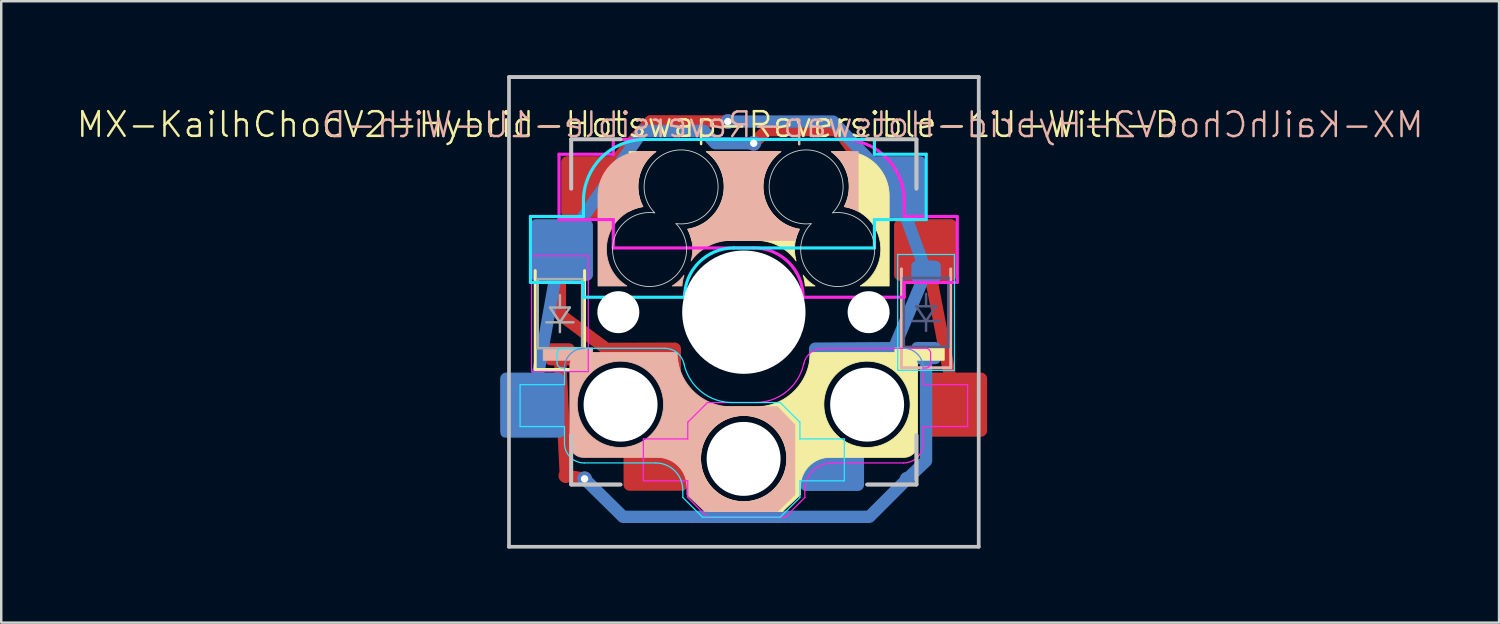
<source format=kicad_pcb>
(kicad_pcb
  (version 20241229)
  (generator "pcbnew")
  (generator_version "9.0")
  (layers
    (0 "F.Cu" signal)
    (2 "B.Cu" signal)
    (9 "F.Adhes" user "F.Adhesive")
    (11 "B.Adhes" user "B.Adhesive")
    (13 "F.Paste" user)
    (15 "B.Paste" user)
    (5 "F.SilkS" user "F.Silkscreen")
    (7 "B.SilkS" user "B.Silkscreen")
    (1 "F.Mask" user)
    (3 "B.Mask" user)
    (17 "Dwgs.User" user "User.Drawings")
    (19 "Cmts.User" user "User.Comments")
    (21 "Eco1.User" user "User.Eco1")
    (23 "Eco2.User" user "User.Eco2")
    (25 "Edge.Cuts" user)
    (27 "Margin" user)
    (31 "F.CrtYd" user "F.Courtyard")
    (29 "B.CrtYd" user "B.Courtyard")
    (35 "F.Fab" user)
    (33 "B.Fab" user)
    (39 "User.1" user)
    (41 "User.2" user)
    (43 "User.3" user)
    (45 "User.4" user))
  (footprint "MX-KailhChocV2-Hybrid-Hotswap-Reversible-1U-With-D"
    (layer "F.Cu")
    (at 27.217 9.7)
    (property "Reference" "MX-KailhChocV2-Hybrid-Hotswap-Reversible-1U-With-D" (at -4.81 -7.7 180) (layer "F.SilkS") (effects (font (size 1 1) (thickness 0.1))))
    (property "N1" "${NET_NAME(1)}" (at 8.23 0.17 0) (layer "F.SilkS") (effects (font (size 1 1) (thickness 0.1))))
    (property "N3" "${NET_NAME(3)}" (at -7.54 5.35 270) (layer "F.SilkS") (effects (font (size 1 1) (thickness 0.1))))
    (property "N1B" "${NET_NAME(1)}" (at -8.72 -0.01 0) (layer "B.SilkS") (effects (font (size 1 1) (thickness 0.1)) (justify mirror)))
    (property "N3B" "${NET_NAME(3)}" (at 7.28 5.22 270) (layer "B.SilkS") (effects (font (size 1 1) (thickness 0.1)) (justify mirror)))
    (property "ReferenceB" "${REFERENCE}" (at 5.12 -7.69 0) (layer "B.SilkS") (effects (font (size 1 1) (thickness 0.1)) (justify mirror)))
    (attr smd)
    (fp_line (start -8.56 2.235) (end -8.56 -1.775) (stroke (width 0.12) (type solid)) (layer "F.SilkS"))
    (fp_line (start -8.56 2.235) (end -6.56 2.235) (stroke (width 0.12) (type solid)) (layer "F.SilkS"))
    (fp_line (start -6.56 2.235) (end -6.56 -1.775) (stroke (width 0.12) (type solid)) (layer "F.SilkS"))
    (fp_poly (pts (xy 8.026 1.86) (xy 6.026 1.86) (xy 6.026 1.36) (xy 8.026 1.36)) (stroke (width 0.034) (type solid)) (fill yes) (layer "F.SilkS"))
    (fp_poly (pts (xy 2.331 -1.557) (xy 2.356 -1.526) (xy 2.383 -1.494) (xy 2.41 -1.464) (xy 2.438 -1.434) (xy 2.466 -1.405) (xy 2.496 -1.376) (xy 2.525 -1.349) (xy 2.556 -1.321) (xy 2.587 -1.295) (xy 2.619 -1.269) (xy 2.651 -1.244) (xy 2.684 -1.22) (xy 2.717 -1.197) (xy 2.751 -1.174) (xy 2.786 -1.152) (xy 2.389 -1.152) (xy 2.384 -1.208) (xy 2.377 -1.263) (xy 2.369 -1.319) (xy 2.359 -1.374) (xy 2.348 -1.428) (xy 2.336 -1.483) (xy 2.321 -1.536) (xy 2.306 -1.59)) (stroke (width 0.034) (type solid)) (fill yes) (layer "F.SilkS"))
    (fp_poly (pts (xy -3.75 -6.54) (xy -3.827 -6.474) (xy -3.9 -6.403) (xy -3.969 -6.328) (xy -4.033 -6.25) (xy -4.093 -6.167) (xy -4.148 -6.081) (xy -4.198 -5.992) (xy -4.243 -5.9) (xy -4.282 -5.804) (xy -4.316 -5.706) (xy -4.344 -5.606) (xy -4.367 -5.503) (xy -4.383 -5.398) (xy -4.393 -5.291) (xy -4.396 -5.182) (xy -4.395 -5.127) (xy -4.393 -5.073) (xy -4.389 -5.019) (xy -4.383 -4.966) (xy -4.376 -4.913) (xy -4.367 -4.861) (xy -4.356 -4.809) (xy -4.344 -4.758) (xy -4.331 -4.707) (xy -4.316 -4.657) (xy -4.3 -4.608) (xy -4.282 -4.559) (xy -4.263 -4.511) (xy -4.242 -4.463) (xy -4.22 -4.417) (xy -4.197 -4.371) (xy -4.234 -4.365) (xy -4.271 -4.358) (xy -4.308 -4.35) (xy -4.344 -4.341) (xy -4.381 -4.332) (xy -4.416 -4.322) (xy -4.452 -4.311) (xy -4.487 -4.3) (xy -4.522 -4.288) (xy -4.556 -4.275) (xy -4.624 -4.247) (xy -4.691 -4.216) (xy -4.756 -4.183) (xy -4.756 -6.602) (xy -3.669 -6.602)) (stroke (width 0.034) (type solid)) (fill yes) (layer "F.SilkS"))
    (fp_poly (pts (xy 4.087 -6.6) (xy 4.178 -6.593) (xy 4.268 -6.581) (xy 4.357 -6.565) (xy 4.444 -6.545) (xy 4.529 -6.521) (xy 4.613 -6.493) (xy 4.695 -6.46) (xy 4.774 -6.424) (xy 4.852 -6.385) (xy 4.927 -6.341) (xy 5 -6.294) (xy 5.071 -6.244) (xy 5.139 -6.191) (xy 5.204 -6.134) (xy 5.267 -6.075) (xy 5.326 -6.012) (xy 5.383 -5.947) (xy 5.436 -5.879) (xy 5.487 -5.808) (xy 5.533 -5.735) (xy 5.577 -5.66) (xy 5.617 -5.582) (xy 5.653 -5.503) (xy 5.685 -5.421) (xy 5.713 -5.337) (xy 5.737 -5.252) (xy 5.757 -5.165) (xy 5.773 -5.076) (xy 5.785 -4.986) (xy 5.792 -4.895) (xy 5.794 -4.802) (xy 5.794 -1.152) (xy 4.622 -1.152) (xy 4.668 -1.182) (xy 4.714 -1.213) (xy 4.801 -1.279) (xy 4.884 -1.35) (xy 4.963 -1.426) (xy 5.036 -1.507) (xy 5.105 -1.593) (xy 5.168 -1.683) (xy 5.197 -1.729) (xy 5.225 -1.777) (xy 5.252 -1.825) (xy 5.277 -1.874) (xy 5.3 -1.924) (xy 5.322 -1.975) (xy 5.343 -2.027) (xy 5.362 -2.08) (xy 5.379 -2.133) (xy 5.394 -2.187) (xy 5.408 -2.242) (xy 5.42 -2.297) (xy 5.43 -2.353) (xy 5.439 -2.41) (xy 5.445 -2.467) (xy 5.45 -2.525) (xy 5.453 -2.583) (xy 5.454 -2.642) (xy 5.452 -2.724) (xy 5.447 -2.804) (xy 5.438 -2.884) (xy 5.425 -2.962) (xy 5.409 -3.039) (xy 5.389 -3.115) (xy 5.367 -3.189) (xy 5.341 -3.262) (xy 5.312 -3.334) (xy 5.28 -3.404) (xy 5.245 -3.472) (xy 5.207 -3.539) (xy 5.167 -3.603) (xy 5.123 -3.666) (xy 5.078 -3.727) (xy 5.029 -3.785) (xy 4.978 -3.842) (xy 4.925 -3.896) (xy 4.87 -3.947) (xy 4.812 -3.997) (xy 4.752 -4.044) (xy 4.69 -4.088) (xy 4.626 -4.13) (xy 4.56 -4.169) (xy 4.493 -4.205) (xy 4.424 -4.238) (xy 4.353 -4.268) (xy 4.28 -4.295) (xy 4.206 -4.319) (xy 4.131 -4.34) (xy 4.054 -4.357) (xy 3.976 -4.371) (xy 4 -4.417) (xy 4.021 -4.463) (xy 4.042 -4.511) (xy 4.061 -4.559) (xy 4.079 -4.608) (xy 4.095 -4.657) (xy 4.11 -4.707) (xy 4.124 -4.758) (xy 4.136 -4.809) (xy 4.146 -4.861) (xy 4.155 -4.913) (xy 4.162 -4.966) (xy 4.168 -5.019) (xy 4.172 -5.073) (xy 4.175 -5.127) (xy 4.175 -5.182) (xy 4.172 -5.291) (xy 4.162 -5.398) (xy 4.146 -5.503) (xy 4.124 -5.606) (xy 4.095 -5.706) (xy 4.061 -5.804) (xy 4.022 -5.9) (xy 3.977 -5.992) (xy 3.927 -6.081) (xy 3.872 -6.167) (xy 3.812 -6.25) (xy 3.748 -6.328) (xy 3.679 -6.403) (xy 3.606 -6.474) (xy 3.529 -6.54) (xy 3.449 -6.602) (xy 3.994 -6.602)) (stroke (width 0.034) (type solid)) (fill yes) (layer "F.SilkS"))
    (fp_poly (pts (xy 1.322 -6.54) (xy 1.245 -6.474) (xy 1.172 -6.403) (xy 1.103 -6.328) (xy 1.039 -6.25) (xy 0.979 -6.167) (xy 0.924 -6.081) (xy 0.874 -5.992) (xy 0.829 -5.9) (xy 0.789 -5.804) (xy 0.755 -5.706) (xy 0.727 -5.606) (xy 0.705 -5.503) (xy 0.689 -5.398) (xy 0.679 -5.291) (xy 0.675 -5.182) (xy 0.677 -5.101) (xy 0.683 -5.02) (xy 0.692 -4.941) (xy 0.705 -4.862) (xy 0.721 -4.785) (xy 0.74 -4.709) (xy 0.763 -4.635) (xy 0.789 -4.562) (xy 0.818 -4.49) (xy 0.85 -4.42) (xy 0.884 -4.352) (xy 0.922 -4.286) (xy 0.963 -4.221) (xy 1.006 -4.158) (xy 1.052 -4.098) (xy 1.1 -4.039) (xy 1.151 -3.983) (xy 1.204 -3.929) (xy 1.26 -3.877) (xy 1.318 -3.827) (xy 1.377 -3.78) (xy 1.439 -3.736) (xy 1.503 -3.695) (xy 1.569 -3.656) (xy 1.637 -3.62) (xy 1.706 -3.586) (xy 1.777 -3.556) (xy 1.849 -3.529) (xy 1.923 -3.505) (xy 1.998 -3.484) (xy 2.075 -3.467) (xy 2.153 -3.453) (xy 2.13 -3.407) (xy 2.108 -3.361) (xy 2.087 -3.313) (xy 2.068 -3.265) (xy 2.05 -3.217) (xy 2.034 -3.167) (xy 2.019 -3.117) (xy 2.006 -3.066) (xy 1.994 -3.015) (xy 1.983 -2.963) (xy 1.974 -2.911) (xy 1.967 -2.858) (xy 1.961 -2.805) (xy 1.957 -2.751) (xy 1.955 -2.697) (xy 1.954 -2.642) (xy 1.955 -2.581) (xy 1.958 -2.52) (xy 1.963 -2.46) (xy 1.971 -2.4) (xy 1.98 -2.341) (xy 1.991 -2.283) (xy 2.004 -2.225) (xy 2.019 -2.168) (xy 1.995 -2.201) (xy 1.97 -2.233) (xy 1.945 -2.265) (xy 1.919 -2.296) (xy 1.892 -2.327) (xy 1.865 -2.357) (xy 1.837 -2.387) (xy 1.808 -2.416) (xy 1.737 -2.485) (xy 1.662 -2.549) (xy 1.584 -2.609) (xy 1.504 -2.666) (xy 1.421 -2.718) (xy 1.336 -2.766) (xy 1.249 -2.81) (xy 1.16 -2.85) (xy 1.069 -2.885) (xy 0.976 -2.915) (xy 0.882 -2.942) (xy 0.786 -2.963) (xy 0.69 -2.98) (xy 0.592 -2.992) (xy 0.493 -3) (xy 0.394 -3.002) (xy -2.212 -3.002) (xy -2.225 -3.061) (xy -2.241 -3.12) (xy -2.258 -3.178) (xy -2.278 -3.235) (xy -2.299 -3.291) (xy -2.322 -3.346) (xy -2.347 -3.4) (xy -2.374 -3.453) (xy -2.296 -3.467) (xy -2.219 -3.484) (xy -2.144 -3.505) (xy -2.07 -3.529) (xy -1.997 -3.556) (xy -1.926 -3.586) (xy -1.857 -3.62) (xy -1.79 -3.656) (xy -1.724 -3.695) (xy -1.66 -3.736) (xy -1.598 -3.78) (xy -1.538 -3.827) (xy -1.48 -3.877) (xy -1.425 -3.929) (xy -1.372 -3.983) (xy -1.321 -4.039) (xy -1.272 -4.098) (xy -1.227 -4.158) (xy -1.183 -4.221) (xy -1.143 -4.286) (xy -1.105 -4.352) (xy -1.07 -4.42) (xy -1.038 -4.49) (xy -1.009 -4.562) (xy -0.983 -4.635) (xy -0.961 -4.709) (xy -0.941 -4.785) (xy -0.925 -4.862) (xy -0.912 -4.941) (xy -0.903 -5.02) (xy -0.898 -5.101) (xy -0.896 -5.182) (xy -0.899 -5.291) (xy -0.909 -5.398) (xy -0.925 -5.503) (xy -0.948 -5.606) (xy -0.976 -5.706) (xy -1.01 -5.804) (xy -1.049 -5.9) (xy -1.094 -5.992) (xy -1.144 -6.081) (xy -1.199 -6.167) (xy -1.259 -6.25) (xy -1.323 -6.328) (xy -1.392 -6.403) (xy -1.465 -6.474) (xy -1.542 -6.54) (xy -1.623 -6.602) (xy 1.402 -6.602)) (stroke (width 0.034) (type solid)) (fill yes) (layer "F.SilkS"))
    (fp_poly (pts (xy 6.421 1.549) (xy 6.448 1.551) (xy 6.475 1.554) (xy 6.502 1.559) (xy 6.528 1.565) (xy 6.554 1.572) (xy 6.58 1.58) (xy 6.605 1.59) (xy 6.629 1.601) (xy 6.653 1.613) (xy 6.677 1.626) (xy 6.699 1.64) (xy 6.721 1.656) (xy 6.743 1.673) (xy 6.763 1.69) (xy 6.783 1.709) (xy 6.802 1.729) (xy 6.82 1.749) (xy 6.836 1.771) (xy 6.852 1.793) (xy 6.866 1.816) (xy 6.879 1.839) (xy 6.891 1.863) (xy 6.902 1.888) (xy 6.912 1.913) (xy 6.92 1.938) (xy 6.928 1.964) (xy 6.934 1.99) (xy 6.938 2.017) (xy 6.942 2.044) (xy 6.944 2.071) (xy 6.944 2.098) (xy 6.944 5.248) (xy 6.944 5.275) (xy 6.942 5.302) (xy 6.938 5.329) (xy 6.934 5.356) (xy 6.928 5.382) (xy 6.92 5.408) (xy 6.912 5.434) (xy 6.902 5.459) (xy 6.891 5.483) (xy 6.879 5.507) (xy 6.866 5.53) (xy 6.852 5.553) (xy 6.836 5.575) (xy 6.82 5.597) (xy 6.802 5.617) (xy 6.783 5.637) (xy 6.763 5.656) (xy 6.743 5.674) (xy 6.721 5.69) (xy 6.699 5.706) (xy 6.677 5.72) (xy 6.653 5.733) (xy 6.629 5.745) (xy 6.605 5.756) (xy 6.58 5.766) (xy 6.554 5.774) (xy 6.528 5.782) (xy 6.502 5.787) (xy 6.475 5.792) (xy 6.448 5.795) (xy 6.421 5.797) (xy 6.394 5.798) (xy 3.394 5.798) (xy 3.335 5.8) (xy 3.276 5.804) (xy 3.217 5.811) (xy 3.159 5.821) (xy 3.102 5.834) (xy 3.045 5.85) (xy 2.99 5.868) (xy 2.935 5.889) (xy 2.882 5.913) (xy 2.829 5.939) (xy 2.778 5.968) (xy 2.728 6) (xy 2.68 6.033) (xy 2.634 6.07) (xy 2.589 6.108) (xy 2.546 6.15) (xy 2.505 6.193) (xy 2.466 6.238) (xy 2.43 6.284) (xy 2.396 6.332) (xy 2.364 6.382) (xy 2.336 6.433) (xy 2.309 6.485) (xy 2.286 6.539) (xy 2.264 6.593) (xy 2.246 6.649) (xy 2.23 6.706) (xy 2.217 6.763) (xy 2.207 6.821) (xy 2.2 6.879) (xy 2.196 6.939) (xy 2.194 6.998) (xy 2.194 7.312) (xy 1.465 7.998) (xy -1.475 7.998) (xy -2.181 7.313) (xy -2.181 5.848) (xy -1.856 5.848) (xy -1.854 5.938) (xy -1.847 6.027) (xy -1.836 6.114) (xy -1.82 6.201) (xy -1.801 6.285) (xy -1.777 6.368) (xy -1.75 6.45) (xy -1.718 6.529) (xy -1.683 6.607) (xy -1.644 6.682) (xy -1.602 6.755) (xy -1.557 6.826) (xy -1.508 6.895) (xy -1.456 6.961) (xy -1.401 7.025) (xy -1.343 7.085) (xy -1.282 7.143) (xy -1.219 7.198) (xy -1.153 7.25) (xy -1.084 7.299) (xy -1.013 7.345) (xy -0.94 7.387) (xy -0.864 7.425) (xy -0.787 7.46) (xy -0.707 7.492) (xy -0.626 7.519) (xy -0.543 7.543) (xy -0.458 7.563) (xy -0.372 7.578) (xy -0.285 7.589) (xy -0.196 7.596) (xy -0.106 7.598) (xy -0.016 7.596) (xy 0.073 7.589) (xy 0.161 7.578) (xy 0.247 7.563) (xy 0.331 7.543) (xy 0.414 7.519) (xy 0.496 7.492) (xy 0.575 7.46) (xy 0.653 7.425) (xy 0.728 7.387) (xy 0.801 7.345) (xy 0.872 7.299) (xy 0.941 7.25) (xy 1.007 7.198) (xy 1.071 7.143) (xy 1.131 7.085) (xy 1.189 7.025) (xy 1.244 6.961) (xy 1.296 6.895) (xy 1.345 6.826) (xy 1.391 6.755) (xy 1.433 6.682) (xy 1.471 6.607) (xy 1.507 6.529) (xy 1.538 6.45) (xy 1.565 6.368) (xy 1.589 6.285) (xy 1.609 6.201) (xy 1.624 6.114) (xy 1.635 6.027) (xy 1.642 5.938) (xy 1.644 5.848) (xy 1.642 5.758) (xy 1.635 5.669) (xy 1.624 5.582) (xy 1.609 5.496) (xy 1.589 5.411) (xy 1.565 5.328) (xy 1.538 5.247) (xy 1.507 5.167) (xy 1.471 5.09) (xy 1.433 5.014) (xy 1.391 4.941) (xy 1.345 4.87) (xy 1.296 4.801) (xy 1.244 4.735) (xy 1.189 4.672) (xy 1.131 4.611) (xy 1.071 4.553) (xy 1.007 4.498) (xy 0.941 4.446) (xy 0.872 4.397) (xy 0.801 4.351) (xy 0.728 4.309) (xy 0.653 4.271) (xy 0.575 4.236) (xy 0.496 4.204) (xy 0.414 4.177) (xy 0.331 4.153) (xy 0.247 4.134) (xy 0.161 4.118) (xy 0.073 4.107) (xy -0.016 4.1) (xy -0.106 4.098) (xy -0.196 4.1) (xy -0.285 4.107) (xy -0.372 4.118) (xy -0.458 4.134) (xy -0.543 4.153) (xy -0.626 4.177) (xy -0.707 4.204) (xy -0.787 4.236) (xy -0.864 4.271) (xy -0.94 4.309) (xy -1.013 4.351) (xy -1.084 4.397) (xy -1.153 4.446) (xy -1.219 4.498) (xy -1.282 4.553) (xy -1.343 4.611) (xy -1.401 4.672) (xy -1.456 4.735) (xy -1.508 4.801) (xy -1.557 4.87) (xy -1.602 4.941) (xy -1.644 5.014) (xy -1.683 5.09) (xy -1.718 5.167) (xy -1.75 5.247) (xy -1.777 5.328) (xy -1.801 5.411) (xy -1.82 5.496) (xy -1.836 5.582) (xy -1.847 5.669) (xy -1.854 5.758) (xy -1.856 5.848) (xy -2.181 5.848) (xy -2.181 4.479) (xy -1.471 3.748) (xy 0.394 3.748) (xy 0.503 3.745) (xy 0.612 3.737) (xy 0.719 3.724) (xy 0.825 3.706) (xy 0.93 3.682) (xy 1.034 3.653) (xy 1.049 3.648) (xy 3.144 3.648) (xy 3.147 3.738) (xy 3.153 3.827) (xy 3.164 3.914) (xy 3.18 4.001) (xy 3.199 4.085) (xy 3.223 4.168) (xy 3.251 4.25) (xy 3.282 4.329) (xy 3.317 4.407) (xy 3.356 4.482) (xy 3.398 4.555) (xy 3.443 4.626) (xy 3.492 4.695) (xy 3.544 4.761) (xy 3.599 4.824) (xy 3.657 4.885) (xy 3.718 4.943) (xy 3.781 4.998) (xy 3.847 5.05) (xy 3.916 5.099) (xy 3.987 5.145) (xy 4.06 5.187) (xy 4.136 5.225) (xy 4.213 5.26) (xy 4.293 5.292) (xy 4.374 5.319) (xy 4.457 5.343) (xy 4.542 5.363) (xy 4.628 5.378) (xy 4.715 5.389) (xy 4.804 5.396) (xy 4.894 5.398) (xy 4.984 5.396) (xy 5.073 5.389) (xy 5.161 5.378) (xy 5.247 5.363) (xy 5.331 5.343) (xy 5.414 5.319) (xy 5.496 5.292) (xy 5.575 5.26) (xy 5.653 5.225) (xy 5.728 5.187) (xy 5.801 5.145) (xy 5.872 5.099) (xy 5.941 5.05) (xy 6.007 4.998) (xy 6.071 4.943) (xy 6.131 4.885) (xy 6.189 4.824) (xy 6.244 4.761) (xy 6.296 4.695) (xy 6.345 4.626) (xy 6.391 4.555) (xy 6.433 4.482) (xy 6.471 4.407) (xy 6.507 4.329) (xy 6.538 4.25) (xy 6.565 4.168) (xy 6.589 4.085) (xy 6.609 4.001) (xy 6.624 3.914) (xy 6.635 3.827) (xy 6.642 3.738) (xy 6.644 3.648) (xy 6.642 3.558) (xy 6.635 3.469) (xy 6.624 3.382) (xy 6.609 3.296) (xy 6.589 3.211) (xy 6.565 3.128) (xy 6.538 3.047) (xy 6.507 2.967) (xy 6.471 2.89) (xy 6.433 2.814) (xy 6.391 2.741) (xy 6.345 2.67) (xy 6.296 2.601) (xy 6.244 2.535) (xy 6.189 2.472) (xy 6.131 2.411) (xy 6.071 2.353) (xy 6.007 2.298) (xy 5.941 2.246) (xy 5.872 2.197) (xy 5.801 2.151) (xy 5.728 2.109) (xy 5.653 2.071) (xy 5.575 2.036) (xy 5.496 2.004) (xy 5.414 1.977) (xy 5.331 1.953) (xy 5.247 1.934) (xy 5.161 1.918) (xy 5.073 1.907) (xy 4.984 1.9) (xy 4.894 1.898) (xy 4.804 1.9) (xy 4.715 1.907) (xy 4.628 1.918) (xy 4.542 1.934) (xy 4.457 1.953) (xy 4.374 1.977) (xy 4.293 2.004) (xy 4.213 2.036) (xy 4.136 2.071) (xy 4.06 2.109) (xy 3.987 2.151) (xy 3.916 2.197) (xy 3.847 2.246) (xy 3.781 2.298) (xy 3.718 2.353) (xy 3.657 2.411) (xy 3.599 2.472) (xy 3.544 2.535) (xy 3.492 2.601) (xy 3.443 2.67) (xy 3.398 2.741) (xy 3.356 2.814) (xy 3.317 2.89) (xy 3.282 2.967) (xy 3.251 3.047) (xy 3.223 3.128) (xy 3.199 3.211) (xy 3.18 3.296) (xy 3.164 3.382) (xy 3.153 3.469) (xy 3.147 3.558) (xy 3.144 3.648) (xy 1.049 3.648) (xy 1.136 3.619) (xy 1.236 3.581) (xy 1.334 3.537) (xy 1.43 3.489) (xy 1.524 3.436) (xy 1.615 3.378) (xy 1.703 3.316) (xy 1.789 3.25) (xy 1.871 3.179) (xy 1.95 3.104) (xy 2.025 3.025) (xy 2.096 2.942) (xy 2.163 2.857) (xy 2.225 2.769) (xy 2.282 2.678) (xy 2.335 2.584) (xy 2.383 2.488) (xy 2.427 2.39) (xy 2.465 2.29) (xy 2.499 2.188) (xy 2.528 2.084) (xy 2.552 1.979) (xy 2.57 1.873) (xy 2.583 1.766) (xy 2.592 1.657) (xy 2.594 1.548) (xy 6.394 1.548)) (stroke (width 0.034) (type solid)) (fill yes) (layer "F.SilkS"))
    (fp_line (start 6.29 -1.845) (end 6.29 2.165) (stroke (width 0.12) (type solid)) (layer "B.SilkS"))
    (fp_line (start 6.29 2.165) (end 8.29 2.165) (stroke (width 0.12) (type solid)) (layer "B.SilkS"))
    (fp_line (start 8.29 -1.845) (end 8.29 2.165) (stroke (width 0.12) (type solid)) (layer "B.SilkS"))
    (fp_poly (pts (xy -6.236 1.86) (xy -8.236 1.86) (xy -8.236 1.36) (xy -6.236 1.36)) (stroke (width 0.034) (type solid)) (fill yes) (layer "B.SilkS"))
    (fp_poly (pts (xy -2.542 -1.536) (xy -2.556 -1.483) (xy -2.569 -1.428) (xy -2.58 -1.374) (xy -2.59 -1.319) (xy -2.598 -1.263) (xy -2.604 -1.208) (xy -2.609 -1.152) (xy -3.007 -1.152) (xy -2.972 -1.174) (xy -2.938 -1.197) (xy -2.905 -1.22) (xy -2.872 -1.244) (xy -2.839 -1.269) (xy -2.808 -1.295) (xy -2.777 -1.321) (xy -2.746 -1.349) (xy -2.716 -1.376) (xy -2.687 -1.405) (xy -2.659 -1.434) (xy -2.631 -1.464) (xy -2.604 -1.494) (xy -2.577 -1.526) (xy -2.552 -1.557) (xy -2.527 -1.59)) (stroke (width 0.034) (type solid)) (fill yes) (layer "B.SilkS"))
    (fp_poly (pts (xy 4.535 -4.183) (xy 4.503 -4.2) (xy 4.47 -4.216) (xy 4.437 -4.232) (xy 4.404 -4.247) (xy 4.37 -4.261) (xy 4.336 -4.275) (xy 4.301 -4.288) (xy 4.266 -4.3) (xy 4.231 -4.311) (xy 4.196 -4.322) (xy 4.16 -4.332) (xy 4.124 -4.341) (xy 4.087 -4.35) (xy 4.051 -4.358) (xy 4.014 -4.365) (xy 3.976 -4.371) (xy 4 -4.417) (xy 4.021 -4.463) (xy 4.042 -4.511) (xy 4.061 -4.559) (xy 4.079 -4.608) (xy 4.095 -4.657) (xy 4.11 -4.707) (xy 4.124 -4.758) (xy 4.135 -4.809) (xy 4.146 -4.861) (xy 4.155 -4.913) (xy 4.162 -4.966) (xy 4.168 -5.019) (xy 4.172 -5.073) (xy 4.175 -5.127) (xy 4.175 -5.182) (xy 4.172 -5.291) (xy 4.162 -5.398) (xy 4.146 -5.503) (xy 4.124 -5.606) (xy 4.095 -5.706) (xy 4.061 -5.804) (xy 4.022 -5.9) (xy 3.977 -5.992) (xy 3.927 -6.081) (xy 3.872 -6.167) (xy 3.812 -6.25) (xy 3.748 -6.328) (xy 3.679 -6.403) (xy 3.606 -6.474) (xy 3.529 -6.54) (xy 3.449 -6.602) (xy 4.535 -6.602)) (stroke (width 0.034) (type solid)) (fill yes) (layer "B.SilkS"))
    (fp_poly (pts (xy -3.75 -6.54) (xy -3.827 -6.474) (xy -3.9 -6.403) (xy -3.969 -6.328) (xy -4.033 -6.25) (xy -4.093 -6.167) (xy -4.148 -6.081) (xy -4.198 -5.992) (xy -4.243 -5.9) (xy -4.282 -5.804) (xy -4.316 -5.706) (xy -4.344 -5.606) (xy -4.367 -5.503) (xy -4.383 -5.398) (xy -4.393 -5.291) (xy -4.396 -5.182) (xy -4.395 -5.127) (xy -4.393 -5.073) (xy -4.389 -5.019) (xy -4.383 -4.966) (xy -4.376 -4.913) (xy -4.367 -4.861) (xy -4.356 -4.809) (xy -4.344 -4.758) (xy -4.331 -4.707) (xy -4.316 -4.657) (xy -4.3 -4.608) (xy -4.282 -4.559) (xy -4.263 -4.511) (xy -4.242 -4.463) (xy -4.22 -4.417) (xy -4.197 -4.371) (xy -4.275 -4.357) (xy -4.352 -4.34) (xy -4.427 -4.319) (xy -4.501 -4.295) (xy -4.573 -4.268) (xy -4.644 -4.238) (xy -4.714 -4.205) (xy -4.781 -4.169) (xy -4.847 -4.13) (xy -4.911 -4.088) (xy -4.973 -4.044) (xy -5.033 -3.997) (xy -5.09 -3.947) (xy -5.146 -3.896) (xy -5.199 -3.842) (xy -5.25 -3.785) (xy -5.298 -3.727) (xy -5.344 -3.666) (xy -5.387 -3.603) (xy -5.428 -3.539) (xy -5.466 -3.472) (xy -5.501 -3.404) (xy -5.533 -3.334) (xy -5.562 -3.262) (xy -5.588 -3.189) (xy -5.61 -3.115) (xy -5.63 -3.039) (xy -5.646 -2.962) (xy -5.658 -2.884) (xy -5.667 -2.804) (xy -5.673 -2.724) (xy -5.675 -2.642) (xy -5.671 -2.525) (xy -5.66 -2.41) (xy -5.641 -2.297) (xy -5.615 -2.187) (xy -5.582 -2.08) (xy -5.543 -1.975) (xy -5.498 -1.874) (xy -5.446 -1.777) (xy -5.388 -1.683) (xy -5.325 -1.593) (xy -5.257 -1.507) (xy -5.183 -1.426) (xy -5.105 -1.35) (xy -5.022 -1.279) (xy -4.934 -1.213) (xy -4.843 -1.152) (xy -6.015 -1.152) (xy -6.015 -4.802) (xy -6.012 -4.895) (xy -6.006 -4.986) (xy -5.994 -5.076) (xy -5.978 -5.165) (xy -5.958 -5.252) (xy -5.934 -5.337) (xy -5.906 -5.421) (xy -5.873 -5.503) (xy -5.837 -5.582) (xy -5.798 -5.66) (xy -5.754 -5.735) (xy -5.707 -5.808) (xy -5.657 -5.879) (xy -5.604 -5.947) (xy -5.547 -6.012) (xy -5.488 -6.075) (xy -5.425 -6.134) (xy -5.36 -6.191) (xy -5.292 -6.244) (xy -5.221 -6.294) (xy -5.148 -6.341) (xy -5.073 -6.385) (xy -4.995 -6.424) (xy -4.915 -6.46) (xy -4.834 -6.493) (xy -4.75 -6.521) (xy -4.665 -6.545) (xy -4.578 -6.565) (xy -4.489 -6.581) (xy -4.399 -6.593) (xy -4.307 -6.6) (xy -4.215 -6.602) (xy -3.669 -6.602)) (stroke (width 0.034) (type solid)) (fill yes) (layer "B.SilkS"))
    (fp_poly (pts (xy 1.321 -6.54) (xy 1.244 -6.474) (xy 1.171 -6.403) (xy 1.103 -6.328) (xy 1.038 -6.25) (xy 0.979 -6.167) (xy 0.924 -6.081) (xy 0.873 -5.992) (xy 0.829 -5.9) (xy 0.789 -5.804) (xy 0.755 -5.706) (xy 0.727 -5.606) (xy 0.705 -5.503) (xy 0.688 -5.398) (xy 0.679 -5.291) (xy 0.675 -5.182) (xy 0.677 -5.101) (xy 0.683 -5.02) (xy 0.692 -4.941) (xy 0.704 -4.862) (xy 0.72 -4.785) (xy 0.74 -4.709) (xy 0.762 -4.635) (xy 0.788 -4.562) (xy 0.817 -4.49) (xy 0.849 -4.42) (xy 0.884 -4.352) (xy 0.922 -4.286) (xy 0.963 -4.221) (xy 1.006 -4.158) (xy 1.052 -4.098) (xy 1.1 -4.039) (xy 1.151 -3.983) (xy 1.204 -3.929) (xy 1.26 -3.877) (xy 1.317 -3.827) (xy 1.377 -3.78) (xy 1.439 -3.736) (xy 1.503 -3.695) (xy 1.569 -3.656) (xy 1.636 -3.62) (xy 1.706 -3.586) (xy 1.777 -3.556) (xy 1.849 -3.529) (xy 1.923 -3.505) (xy 1.998 -3.484) (xy 2.075 -3.467) (xy 2.153 -3.453) (xy 2.126 -3.4) (xy 2.101 -3.346) (xy 2.078 -3.291) (xy 2.057 -3.235) (xy 2.037 -3.178) (xy 2.02 -3.12) (xy 2.004 -3.061) (xy 1.991 -3.002) (xy -0.615 -3.002) (xy -0.714 -3) (xy -0.813 -2.992) (xy -0.91 -2.98) (xy -1.007 -2.963) (xy -1.102 -2.942) (xy -1.197 -2.915) (xy -1.289 -2.885) (xy -1.38 -2.85) (xy -1.469 -2.81) (xy -1.557 -2.766) (xy -1.642 -2.718) (xy -1.724 -2.666) (xy -1.805 -2.609) (xy -1.882 -2.549) (xy -1.957 -2.485) (xy -2.029 -2.416) (xy -2.058 -2.387) (xy -2.086 -2.357) (xy -2.113 -2.327) (xy -2.14 -2.296) (xy -2.166 -2.265) (xy -2.191 -2.233) (xy -2.216 -2.201) (xy -2.24 -2.168) (xy -2.225 -2.225) (xy -2.212 -2.283) (xy -2.201 -2.341) (xy -2.191 -2.4) (xy -2.184 -2.46) (xy -2.179 -2.52) (xy -2.176 -2.581) (xy -2.175 -2.642) (xy -2.175 -2.697) (xy -2.178 -2.751) (xy -2.182 -2.805) (xy -2.188 -2.858) (xy -2.195 -2.911) (xy -2.204 -2.963) (xy -2.215 -3.015) (xy -2.226 -3.066) (xy -2.24 -3.117) (xy -2.255 -3.167) (xy -2.271 -3.217) (xy -2.289 -3.265) (xy -2.308 -3.313) (xy -2.329 -3.361) (xy -2.35 -3.407) (xy -2.374 -3.453) (xy -2.296 -3.467) (xy -2.219 -3.484) (xy -2.144 -3.505) (xy -2.07 -3.529) (xy -1.997 -3.556) (xy -1.927 -3.586) (xy -1.857 -3.62) (xy -1.79 -3.656) (xy -1.724 -3.695) (xy -1.66 -3.736) (xy -1.598 -3.78) (xy -1.538 -3.827) (xy -1.481 -3.877) (xy -1.425 -3.929) (xy -1.372 -3.983) (xy -1.321 -4.039) (xy -1.273 -4.098) (xy -1.227 -4.158) (xy -1.184 -4.221) (xy -1.143 -4.286) (xy -1.105 -4.352) (xy -1.07 -4.42) (xy -1.038 -4.49) (xy -1.009 -4.562) (xy -0.983 -4.635) (xy -0.961 -4.709) (xy -0.941 -4.785) (xy -0.925 -4.862) (xy -0.913 -4.941) (xy -0.904 -5.02) (xy -0.898 -5.101) (xy -0.896 -5.182) (xy -0.899 -5.291) (xy -0.909 -5.398) (xy -0.926 -5.503) (xy -0.948 -5.606) (xy -0.976 -5.706) (xy -1.01 -5.804) (xy -1.05 -5.9) (xy -1.094 -5.992) (xy -1.145 -6.081) (xy -1.2 -6.167) (xy -1.259 -6.25) (xy -1.324 -6.328) (xy -1.392 -6.403) (xy -1.465 -6.474) (xy -1.542 -6.54) (xy -1.623 -6.602) (xy 1.402 -6.602)) (stroke (width 0.034) (type solid)) (fill yes) (layer "B.SilkS"))
    (fp_poly (pts (xy -2.803 1.657) (xy -2.795 1.766) (xy -2.782 1.873) (xy -2.763 1.979) (xy -2.74 2.084) (xy -2.711 2.188) (xy -2.677 2.29) (xy -2.638 2.39) (xy -2.595 2.488) (xy -2.547 2.584) (xy -2.494 2.678) (xy -2.436 2.769) (xy -2.374 2.857) (xy -2.308 2.942) (xy -2.237 3.025) (xy -2.162 3.104) (xy -2.083 3.179) (xy -2 3.25) (xy -1.915 3.316) (xy -1.827 3.378) (xy -1.735 3.436) (xy -1.642 3.489) (xy -1.546 3.537) (xy -1.448 3.581) (xy -1.348 3.619) (xy -1.246 3.653) (xy -1.142 3.682) (xy -1.037 3.706) (xy -0.931 3.724) (xy -0.823 3.737) (xy -0.715 3.745) (xy -0.606 3.748) (xy 1.259 3.748) (xy 1.969 4.479) (xy 1.969 7.313) (xy 1.263 7.998) (xy -1.677 7.998) (xy -2.406 7.312) (xy -2.406 6.998) (xy -2.407 6.939) (xy -2.412 6.879) (xy -2.419 6.821) (xy -2.429 6.763) (xy -2.442 6.706) (xy -2.458 6.649) (xy -2.476 6.593) (xy -2.497 6.539) (xy -2.521 6.485) (xy -2.547 6.433) (xy -2.576 6.382) (xy -2.608 6.332) (xy -2.641 6.284) (xy -2.678 6.238) (xy -2.716 6.193) (xy -2.758 6.15) (xy -2.801 6.108) (xy -2.845 6.07) (xy -2.892 6.033) (xy -2.94 6) (xy -2.99 5.968) (xy -3.041 5.939) (xy -3.093 5.913) (xy -3.147 5.889) (xy -3.201 5.868) (xy -3.257 5.85) (xy -3.263 5.848) (xy -1.856 5.848) (xy -1.854 5.938) (xy -1.847 6.027) (xy -1.836 6.114) (xy -1.82 6.201) (xy -1.801 6.285) (xy -1.777 6.368) (xy -1.75 6.45) (xy -1.718 6.529) (xy -1.683 6.607) (xy -1.645 6.682) (xy -1.602 6.755) (xy -1.557 6.826) (xy -1.508 6.895) (xy -1.456 6.961) (xy -1.401 7.025) (xy -1.343 7.085) (xy -1.282 7.143) (xy -1.219 7.198) (xy -1.153 7.25) (xy -1.084 7.299) (xy -1.013 7.345) (xy -0.94 7.387) (xy -0.864 7.425) (xy -0.787 7.46) (xy -0.707 7.492) (xy -0.626 7.519) (xy -0.543 7.543) (xy -0.458 7.563) (xy -0.372 7.578) (xy -0.285 7.589) (xy -0.196 7.596) (xy -0.106 7.598) (xy -0.016 7.596) (xy 0.073 7.589) (xy 0.16 7.578) (xy 0.247 7.563) (xy 0.331 7.543) (xy 0.414 7.519) (xy 0.496 7.492) (xy 0.575 7.46) (xy 0.652 7.425) (xy 0.728 7.387) (xy 0.801 7.345) (xy 0.872 7.299) (xy 0.941 7.25) (xy 1.007 7.198) (xy 1.07 7.143) (xy 1.131 7.085) (xy 1.189 7.025) (xy 1.244 6.961) (xy 1.296 6.895) (xy 1.345 6.826) (xy 1.391 6.755) (xy 1.433 6.682) (xy 1.471 6.607) (xy 1.506 6.529) (xy 1.538 6.45) (xy 1.565 6.368) (xy 1.589 6.285) (xy 1.609 6.201) (xy 1.624 6.114) (xy 1.635 6.027) (xy 1.642 5.938) (xy 1.644 5.848) (xy 1.642 5.758) (xy 1.635 5.669) (xy 1.624 5.582) (xy 1.609 5.496) (xy 1.589 5.411) (xy 1.565 5.328) (xy 1.538 5.247) (xy 1.506 5.167) (xy 1.471 5.09) (xy 1.433 5.014) (xy 1.391 4.941) (xy 1.345 4.87) (xy 1.296 4.801) (xy 1.244 4.735) (xy 1.189 4.672) (xy 1.131 4.611) (xy 1.07 4.553) (xy 1.007 4.498) (xy 0.941 4.446) (xy 0.872 4.397) (xy 0.801 4.351) (xy 0.728 4.309) (xy 0.652 4.271) (xy 0.575 4.236) (xy 0.496 4.204) (xy 0.414 4.177) (xy 0.331 4.153) (xy 0.247 4.134) (xy 0.16 4.118) (xy 0.073 4.107) (xy -0.016 4.1) (xy -0.106 4.098) (xy -0.196 4.1) (xy -0.285 4.107) (xy -0.372 4.118) (xy -0.458 4.134) (xy -0.543 4.153) (xy -0.626 4.177) (xy -0.707 4.204) (xy -0.787 4.236) (xy -0.864 4.271) (xy -0.94 4.309) (xy -1.013 4.351) (xy -1.084 4.397) (xy -1.153 4.446) (xy -1.219 4.498) (xy -1.282 4.553) (xy -1.343 4.611) (xy -1.401 4.672) (xy -1.456 4.735) (xy -1.508 4.801) (xy -1.557 4.87) (xy -1.602 4.941) (xy -1.645 5.014) (xy -1.683 5.09) (xy -1.718 5.167) (xy -1.75 5.247) (xy -1.777 5.328) (xy -1.801 5.411) (xy -1.82 5.496) (xy -1.836 5.582) (xy -1.847 5.669) (xy -1.854 5.758) (xy -1.856 5.848) (xy -3.263 5.848) (xy -3.313 5.834) (xy -3.371 5.821) (xy -3.429 5.811) (xy -3.487 5.804) (xy -3.547 5.8) (xy -3.606 5.798) (xy -6.606 5.798) (xy -6.633 5.797) (xy -6.66 5.795) (xy -6.687 5.792) (xy -6.714 5.787) (xy -6.74 5.782) (xy -6.766 5.774) (xy -6.791 5.766) (xy -6.816 5.756) (xy -6.841 5.745) (xy -6.865 5.733) (xy -6.888 5.72) (xy -6.911 5.706) (xy -6.933 5.69) (xy -6.954 5.674) (xy -6.975 5.656) (xy -6.995 5.637) (xy -7.014 5.617) (xy -7.031 5.597) (xy -7.048 5.575) (xy -7.064 5.553) (xy -7.078 5.53) (xy -7.091 5.507) (xy -7.103 5.483) (xy -7.114 5.459) (xy -7.124 5.434) (xy -7.132 5.408) (xy -7.139 5.382) (xy -7.145 5.356) (xy -7.15 5.329) (xy -7.153 5.302) (xy -7.155 5.275) (xy -7.156 5.248) (xy -7.156 3.648) (xy -6.856 3.648) (xy -6.854 3.738) (xy -6.847 3.827) (xy -6.836 3.914) (xy -6.82 4.001) (xy -6.801 4.085) (xy -6.777 4.168) (xy -6.75 4.25) (xy -6.718 4.329) (xy -6.683 4.407) (xy -6.645 4.482) (xy -6.602 4.555) (xy -6.557 4.626) (xy -6.508 4.695) (xy -6.456 4.761) (xy -6.401 4.824) (xy -6.343 4.885) (xy -6.282 4.943) (xy -6.219 4.998) (xy -6.153 5.05) (xy -6.084 5.099) (xy -6.013 5.145) (xy -5.94 5.187) (xy -5.864 5.225) (xy -5.787 5.26) (xy -5.707 5.292) (xy -5.626 5.319) (xy -5.543 5.343) (xy -5.458 5.363) (xy -5.372 5.378) (xy -5.285 5.389) (xy -5.196 5.396) (xy -5.106 5.398) (xy -5.016 5.396) (xy -4.927 5.389) (xy -4.84 5.378) (xy -4.753 5.363) (xy -4.669 5.343) (xy -4.586 5.319) (xy -4.504 5.292) (xy -4.425 5.26) (xy -4.347 5.225) (xy -4.272 5.187) (xy -4.199 5.145) (xy -4.128 5.099) (xy -4.059 5.05) (xy -3.993 4.998) (xy -3.93 4.943) (xy -3.869 4.885) (xy -3.811 4.824) (xy -3.756 4.761) (xy -3.704 4.695) (xy -3.655 4.626) (xy -3.609 4.555) (xy -3.567 4.482) (xy -3.529 4.407) (xy -3.494 4.329) (xy -3.462 4.25) (xy -3.435 4.168) (xy -3.411 4.085) (xy -3.392 4.001) (xy -3.376 3.914) (xy -3.365 3.827) (xy -3.358 3.738) (xy -3.356 3.648) (xy -3.358 3.558) (xy -3.365 3.469) (xy -3.376 3.382) (xy -3.392 3.296) (xy -3.411 3.211) (xy -3.435 3.128) (xy -3.462 3.047) (xy -3.494 2.967) (xy -3.529 2.89) (xy -3.567 2.814) (xy -3.609 2.741) (xy -3.655 2.67) (xy -3.704 2.601) (xy -3.756 2.535) (xy -3.811 2.472) (xy -3.869 2.411) (xy -3.93 2.353) (xy -3.993 2.298) (xy -4.059 2.246) (xy -4.128 2.197) (xy -4.199 2.151) (xy -4.272 2.109) (xy -4.347 2.071) (xy -4.425 2.036) (xy -4.504 2.004) (xy -4.586 1.977) (xy -4.669 1.953) (xy -4.753 1.934) (xy -4.84 1.918) (xy -4.927 1.907) (xy -5.016 1.9) (xy -5.106 1.898) (xy -5.196 1.9) (xy -5.285 1.907) (xy -5.372 1.918) (xy -5.458 1.934) (xy -5.543 1.953) (xy -5.626 1.977) (xy -5.707 2.004) (xy -5.787 2.036) (xy -5.864 2.071) (xy -5.94 2.109) (xy -6.013 2.151) (xy -6.084 2.197) (xy -6.153 2.246) (xy -6.219 2.298) (xy -6.282 2.353) (xy -6.343 2.411) (xy -6.401 2.472) (xy -6.456 2.535) (xy -6.508 2.601) (xy -6.557 2.67) (xy -6.602 2.741) (xy -6.645 2.814) (xy -6.683 2.89) (xy -6.718 2.967) (xy -6.75 3.047) (xy -6.777 3.128) (xy -6.801 3.211) (xy -6.82 3.296) (xy -6.836 3.382) (xy -6.847 3.469) (xy -6.854 3.558) (xy -6.856 3.648) (xy -7.156 3.648) (xy -7.156 2.098) (xy -7.155 2.071) (xy -7.153 2.044) (xy -7.15 2.017) (xy -7.145 1.99) (xy -7.139 1.964) (xy -7.132 1.938) (xy -7.124 1.913) (xy -7.114 1.888) (xy -7.103 1.863) (xy -7.091 1.839) (xy -7.078 1.816) (xy -7.064 1.793) (xy -7.048 1.771) (xy -7.031 1.749) (xy -7.014 1.729) (xy -6.995 1.709) (xy -6.975 1.69) (xy -6.954 1.673) (xy -6.933 1.656) (xy -6.911 1.64) (xy -6.888 1.626) (xy -6.865 1.613) (xy -6.841 1.601) (xy -6.816 1.59) (xy -6.791 1.58) (xy -6.766 1.572) (xy -6.74 1.565) (xy -6.714 1.559) (xy -6.687 1.554) (xy -6.66 1.551) (xy -6.633 1.549) (xy -6.606 1.548) (xy -2.806 1.548)) (stroke (width 0.034) (type solid)) (fill yes) (layer "B.SilkS"))
    (fp_line (start -9.625 -9.625) (end -9.625 9.425) (stroke (width 0.15) (type solid)) (layer "Dwgs.User"))
    (fp_line (start -9.625 -9.625) (end 9.425 -9.625) (stroke (width 0.15) (type solid)) (layer "Dwgs.User"))
    (fp_line (start -9.625 9.425) (end 9.425 9.425) (stroke (width 0.15) (type solid)) (layer "Dwgs.User"))
    (fp_line (start -7.1 -7.1) (end -7.1 -5.1) (stroke (width 0.15) (type solid)) (layer "Dwgs.User"))
    (fp_line (start -7.1 -7.1) (end -7.1 -5.1) (stroke (width 0.15) (type solid)) (layer "Dwgs.User"))
    (fp_line (start -7.1 4.9) (end -7.1 6.9) (stroke (width 0.15) (type solid)) (layer "Dwgs.User"))
    (fp_line (start -7.1 6.9) (end -7.1 4.9) (stroke (width 0.15) (type solid)) (layer "Dwgs.User"))
    (fp_line (start -7.1 6.9) (end -5.1 6.9) (stroke (width 0.15) (type solid)) (layer "Dwgs.User"))
    (fp_line (start -5.1 -7.1) (end -7.1 -7.1) (stroke (width 0.15) (type solid)) (layer "Dwgs.User"))
    (fp_line (start -5.1 -7.1) (end -7.1 -7.1) (stroke (width 0.15) (type solid)) (layer "Dwgs.User"))
    (fp_line (start -5.1 6.9) (end -7.1 6.9) (stroke (width 0.15) (type solid)) (layer "Dwgs.User"))
    (fp_line (start 4.9 6.9) (end 6.9 6.9) (stroke (width 0.15) (type solid)) (layer "Dwgs.User"))
    (fp_line (start 6.9 -7.1) (end 4.9 -7.1) (stroke (width 0.15) (type solid)) (layer "Dwgs.User"))
    (fp_line (start 6.9 -7.1) (end 4.9 -7.1) (stroke (width 0.15) (type solid)) (layer "Dwgs.User"))
    (fp_line (start 6.9 -5.1) (end 6.9 -7.1) (stroke (width 0.15) (type solid)) (layer "Dwgs.User"))
    (fp_line (start 6.9 -5.1) (end 6.9 -7.1) (stroke (width 0.15) (type solid)) (layer "Dwgs.User"))
    (fp_line (start 6.9 4.9) (end 6.9 6.9) (stroke (width 0.15) (type solid)) (layer "Dwgs.User"))
    (fp_line (start 6.9 6.9) (end 4.9 6.9) (stroke (width 0.15) (type solid)) (layer "Dwgs.User"))
    (fp_line (start 6.9 6.9) (end 6.9 4.9) (stroke (width 0.15) (type solid)) (layer "Dwgs.User"))
    (fp_line (start 9.425 -9.625) (end 9.425 9.425) (stroke (width 0.15) (type solid)) (layer "Dwgs.User"))
    (fp_line (start 9.43 -9.62) (end -9.62 -9.62) (stroke (width 0.15) (type solid)) (layer "Dwgs.User"))
    (fp_arc (start -7.374998 2.175) (mid -7.140685 1.609315) (end -6.575 1.375) (stroke (width 0.05) (type default)) (layer "Cmts.User"))
    (fp_arc (start 6.375 1.375) (mid 6.94069 1.609309) (end 7.174998 2.175) (stroke (width 0.05) (type default)) (layer "Cmts.User"))
    (fp_poly (pts (xy -2.568 -6.668) (xy -2.492 -6.663) (xy -2.417 -6.653) (xy -2.343 -6.64) (xy -2.27 -6.623) (xy -2.199 -6.603) (xy -2.13 -6.579) (xy -2.061 -6.552) (xy -1.995 -6.522) (xy -1.93 -6.489) (xy -1.868 -6.453) (xy -1.807 -6.414) (xy -1.748 -6.372) (xy -1.691 -6.328) (xy -1.637 -6.281) (xy -1.585 -6.231) (xy -1.535 -6.179) (xy -1.488 -6.124) (xy -1.443 -6.068) (xy -1.402 -6.009) (xy -1.362 -5.948) (xy -1.326 -5.885) (xy -1.293 -5.821) (xy -1.263 -5.754) (xy -1.236 -5.686) (xy -1.213 -5.616) (xy -1.193 -5.545) (xy -1.176 -5.473) (xy -1.163 -5.399) (xy -1.153 -5.324) (xy -1.147 -5.247) (xy -1.145 -5.17) (xy -1.147 -5.093) (xy -1.153 -5.017) (xy -1.163 -4.942) (xy -1.176 -4.868) (xy -1.193 -4.795) (xy -1.213 -4.724) (xy -1.236 -4.655) (xy -1.263 -4.586) (xy -1.293 -4.52) (xy -1.326 -4.455) (xy -1.362 -4.393) (xy -1.402 -4.332) (xy -1.443 -4.273) (xy -1.488 -4.216) (xy -1.535 -4.162) (xy -1.585 -4.11) (xy -1.637 -4.06) (xy -1.691 -4.013) (xy -1.748 -3.968) (xy -1.807 -3.927) (xy -1.868 -3.887) (xy -1.93 -3.851) (xy -1.995 -3.818) (xy -2.061 -3.788) (xy -2.13 -3.761) (xy -2.199 -3.738) (xy -2.27 -3.718) (xy -2.343 -3.701) (xy -2.417 -3.688) (xy -2.492 -3.678) (xy -2.568 -3.672) (xy -2.645 -3.67) (xy -2.672 -3.671) (xy -2.699 -3.671) (xy -2.726 -3.672) (xy -2.752 -3.674) (xy -2.779 -3.676) (xy -2.805 -3.679) (xy -2.831 -3.682) (xy -2.857 -3.685) (xy -2.808 -3.633) (xy -2.762 -3.579) (xy -2.718 -3.522) (xy -2.676 -3.464) (xy -2.638 -3.403) (xy -2.602 -3.341) (xy -2.57 -3.276) (xy -2.54 -3.21) (xy -2.514 -3.143) (xy -2.49 -3.073) (xy -2.47 -3.003) (xy -2.454 -2.931) (xy -2.441 -2.857) (xy -2.431 -2.783) (xy -2.426 -2.707) (xy -2.424 -2.63) (xy -2.426 -2.553) (xy -2.432 -2.477) (xy -2.441 -2.402) (xy -2.454 -2.328) (xy -2.471 -2.255) (xy -2.491 -2.184) (xy -2.515 -2.115) (xy -2.542 -2.046) (xy -2.572 -1.98) (xy -2.605 -1.915) (xy -2.641 -1.853) (xy -2.68 -1.792) (xy -2.722 -1.733) (xy -2.766 -1.676) (xy -2.813 -1.622) (xy -2.863 -1.57) (xy -2.915 -1.52) (xy -2.97 -1.473) (xy -3.026 -1.428) (xy -3.085 -1.387) (xy -3.146 -1.347) (xy -3.209 -1.311) (xy -3.274 -1.278) (xy -3.34 -1.248) (xy -3.408 -1.221) (xy -3.478 -1.198) (xy -3.549 -1.178) (xy -3.621 -1.161) (xy -3.695 -1.148) (xy -3.77 -1.138) (xy -3.847 -1.132) (xy -3.924 -1.13) (xy -4.001 -1.132) (xy -4.077 -1.138) (xy -4.152 -1.148) (xy -4.226 -1.161) (xy -4.299 -1.178) (xy -4.37 -1.198) (xy -4.439 -1.221) (xy -4.508 -1.248) (xy -4.574 -1.278) (xy -4.639 -1.311) (xy -4.702 -1.347) (xy -4.762 -1.387) (xy -4.821 -1.428) (xy -4.878 -1.473) (xy -4.932 -1.52) (xy -4.984 -1.57) (xy -5.034 -1.622) (xy -5.081 -1.676) (xy -5.126 -1.733) (xy -5.168 -1.792) (xy -5.207 -1.853) (xy -5.243 -1.915) (xy -5.276 -1.98) (xy -5.306 -2.046) (xy -5.333 -2.115) (xy -5.356 -2.184) (xy -5.377 -2.255) (xy -5.393 -2.328) (xy -5.406 -2.402) (xy -5.416 -2.477) (xy -5.422 -2.553) (xy -5.424 -2.63) (xy -5.422 -2.707) (xy -5.416 -2.784) (xy -5.406 -2.859) (xy -5.393 -2.933) (xy -5.377 -3.005) (xy -5.356 -3.076) (xy -5.333 -3.146) (xy -5.306 -3.214) (xy -5.276 -3.281) (xy -5.243 -3.345) (xy -5.207 -3.408) (xy -5.168 -3.469) (xy -5.126 -3.528) (xy -5.081 -3.584) (xy -5.034 -3.639) (xy -4.984 -3.691) (xy -4.932 -3.741) (xy -4.878 -3.788) (xy -4.821 -3.832) (xy -4.762 -3.874) (xy -4.702 -3.913) (xy -4.639 -3.949) (xy -4.574 -3.982) (xy -4.508 -4.012) (xy -4.439 -4.039) (xy -4.37 -4.063) (xy -4.299 -4.083) (xy -4.226 -4.1) (xy -4.152 -4.113) (xy -4.077 -4.123) (xy -4.001 -4.128) (xy -3.924 -4.13) (xy -3.897 -4.13) (xy -3.87 -4.129) (xy -3.843 -4.128) (xy -3.817 -4.127) (xy -3.79 -4.125) (xy -3.764 -4.122) (xy -3.738 -4.119) (xy -3.711 -4.116) (xy -3.76 -4.167) (xy -3.807 -4.222) (xy -3.851 -4.278) (xy -3.892 -4.337) (xy -3.931 -4.397) (xy -3.967 -4.46) (xy -3.999 -4.524) (xy -4.029 -4.59) (xy -4.055 -4.658) (xy -4.079 -4.727) (xy -4.099 -4.798) (xy -4.115 -4.87) (xy -4.128 -4.943) (xy -4.138 -5.018) (xy -4.143 -5.094) (xy -4.145 -5.17) (xy -4.143 -5.247) (xy -4.138 -5.324) (xy -4.128 -5.399) (xy -4.115 -5.473) (xy -4.098 -5.545) (xy -4.078 -5.616) (xy -4.054 -5.686) (xy -4.027 -5.754) (xy -3.997 -5.821) (xy -3.964 -5.885) (xy -3.928 -5.948) (xy -3.889 -6.009) (xy -3.847 -6.068) (xy -3.803 -6.124) (xy -3.756 -6.179) (xy -3.706 -6.231) (xy -3.654 -6.281) (xy -3.599 -6.328) (xy -3.543 -6.372) (xy -3.484 -6.414) (xy -3.423 -6.453) (xy -3.36 -6.489) (xy -3.296 -6.522) (xy -3.229 -6.552) (xy -3.161 -6.579) (xy -3.091 -6.603) (xy -3.02 -6.623) (xy -2.948 -6.64) (xy -2.874 -6.653) (xy -2.799 -6.663) (xy -2.722 -6.668) (xy -2.645 -6.67)) (stroke (width 0.035) (type solid)) (fill no) (layer "Edge.Cuts"))
    (fp_poly (pts (xy 2.503 -6.668) (xy 2.58 -6.663) (xy 2.655 -6.653) (xy 2.728 -6.64) (xy 2.801 -6.623) (xy 2.872 -6.603) (xy 2.942 -6.579) (xy 3.01 -6.552) (xy 3.076 -6.522) (xy 3.141 -6.489) (xy 3.204 -6.453) (xy 3.265 -6.414) (xy 3.324 -6.372) (xy 3.38 -6.328) (xy 3.435 -6.281) (xy 3.487 -6.231) (xy 3.537 -6.179) (xy 3.584 -6.124) (xy 3.628 -6.068) (xy 3.67 -6.009) (xy 3.709 -5.948) (xy 3.745 -5.885) (xy 3.778 -5.821) (xy 3.808 -5.754) (xy 3.835 -5.686) (xy 3.859 -5.616) (xy 3.879 -5.545) (xy 3.896 -5.473) (xy 3.909 -5.399) (xy 3.918 -5.324) (xy 3.924 -5.247) (xy 3.926 -5.17) (xy 3.924 -5.094) (xy 3.919 -5.018) (xy 3.909 -4.943) (xy 3.896 -4.87) (xy 3.88 -4.798) (xy 3.86 -4.727) (xy 3.836 -4.658) (xy 3.81 -4.59) (xy 3.78 -4.524) (xy 3.748 -4.46) (xy 3.712 -4.397) (xy 3.674 -4.337) (xy 3.632 -4.278) (xy 3.588 -4.222) (xy 3.542 -4.167) (xy 3.493 -4.116) (xy 3.519 -4.119) (xy 3.545 -4.122) (xy 3.571 -4.125) (xy 3.598 -4.127) (xy 3.624 -4.128) (xy 3.651 -4.129) (xy 3.678 -4.13) (xy 3.705 -4.13) (xy 3.782 -4.128) (xy 3.858 -4.123) (xy 3.933 -4.113) (xy 4.007 -4.1) (xy 4.08 -4.083) (xy 4.151 -4.063) (xy 4.22 -4.039) (xy 4.289 -4.012) (xy 4.355 -3.982) (xy 4.42 -3.949) (xy 4.482 -3.913) (xy 4.543 -3.874) (xy 4.602 -3.832) (xy 4.659 -3.788) (xy 4.713 -3.741) (xy 4.765 -3.691) (xy 4.815 -3.639) (xy 4.862 -3.584) (xy 4.907 -3.528) (xy 4.948 -3.469) (xy 4.988 -3.408) (xy 5.024 -3.345) (xy 5.057 -3.281) (xy 5.087 -3.214) (xy 5.114 -3.146) (xy 5.137 -3.076) (xy 5.157 -3.005) (xy 5.174 -2.933) (xy 5.187 -2.859) (xy 5.197 -2.784) (xy 5.203 -2.708) (xy 5.205 -2.63) (xy 5.203 -2.553) (xy 5.197 -2.477) (xy 5.187 -2.402) (xy 5.174 -2.328) (xy 5.157 -2.255) (xy 5.137 -2.184) (xy 5.114 -2.115) (xy 5.087 -2.046) (xy 5.057 -1.98) (xy 5.024 -1.915) (xy 4.988 -1.853) (xy 4.948 -1.792) (xy 4.907 -1.733) (xy 4.862 -1.676) (xy 4.815 -1.622) (xy 4.765 -1.57) (xy 4.713 -1.52) (xy 4.659 -1.473) (xy 4.602 -1.428) (xy 4.543 -1.387) (xy 4.482 -1.348) (xy 4.42 -1.311) (xy 4.355 -1.278) (xy 4.289 -1.248) (xy 4.22 -1.221) (xy 4.151 -1.198) (xy 4.08 -1.178) (xy 4.007 -1.161) (xy 3.933 -1.148) (xy 3.858 -1.138) (xy 3.782 -1.132) (xy 3.705 -1.13) (xy 3.628 -1.132) (xy 3.551 -1.138) (xy 3.476 -1.148) (xy 3.402 -1.161) (xy 3.33 -1.178) (xy 3.259 -1.198) (xy 3.189 -1.221) (xy 3.121 -1.248) (xy 3.054 -1.278) (xy 2.99 -1.311) (xy 2.927 -1.348) (xy 2.866 -1.387) (xy 2.807 -1.428) (xy 2.751 -1.473) (xy 2.696 -1.52) (xy 2.644 -1.57) (xy 2.594 -1.622) (xy 2.547 -1.676) (xy 2.503 -1.733) (xy 2.461 -1.792) (xy 2.422 -1.853) (xy 2.386 -1.915) (xy 2.353 -1.98) (xy 2.323 -2.046) (xy 2.296 -2.115) (xy 2.272 -2.184) (xy 2.252 -2.255) (xy 2.235 -2.328) (xy 2.222 -2.402) (xy 2.212 -2.477) (xy 2.207 -2.553) (xy 2.205 -2.63) (xy 2.207 -2.707) (xy 2.212 -2.783) (xy 2.222 -2.857) (xy 2.235 -2.931) (xy 2.251 -3.003) (xy 2.271 -3.073) (xy 2.295 -3.143) (xy 2.321 -3.21) (xy 2.351 -3.276) (xy 2.383 -3.341) (xy 2.419 -3.403) (xy 2.458 -3.464) (xy 2.499 -3.522) (xy 2.543 -3.579) (xy 2.59 -3.633) (xy 2.639 -3.685) (xy 2.612 -3.682) (xy 2.586 -3.679) (xy 2.56 -3.676) (xy 2.533 -3.674) (xy 2.507 -3.672) (xy 2.48 -3.671) (xy 2.453 -3.671) (xy 2.426 -3.67) (xy 2.349 -3.672) (xy 2.273 -3.678) (xy 2.198 -3.688) (xy 2.124 -3.701) (xy 2.051 -3.718) (xy 1.98 -3.738) (xy 1.911 -3.761) (xy 1.842 -3.788) (xy 1.776 -3.818) (xy 1.711 -3.851) (xy 1.648 -3.887) (xy 1.588 -3.927) (xy 1.529 -3.968) (xy 1.472 -4.013) (xy 1.418 -4.06) (xy 1.366 -4.11) (xy 1.316 -4.162) (xy 1.269 -4.216) (xy 1.224 -4.273) (xy 1.182 -4.332) (xy 1.143 -4.393) (xy 1.107 -4.455) (xy 1.074 -4.52) (xy 1.044 -4.586) (xy 1.017 -4.655) (xy 0.994 -4.724) (xy 0.973 -4.795) (xy 0.957 -4.868) (xy 0.944 -4.942) (xy 0.934 -5.017) (xy 0.928 -5.093) (xy 0.926 -5.17) (xy 0.928 -5.247) (xy 0.934 -5.324) (xy 0.944 -5.399) (xy 0.957 -5.473) (xy 0.973 -5.545) (xy 0.994 -5.616) (xy 1.017 -5.686) (xy 1.044 -5.754) (xy 1.074 -5.821) (xy 1.107 -5.885) (xy 1.143 -5.948) (xy 1.182 -6.009) (xy 1.224 -6.068) (xy 1.269 -6.124) (xy 1.316 -6.179) (xy 1.366 -6.231) (xy 1.418 -6.281) (xy 1.472 -6.328) (xy 1.529 -6.372) (xy 1.588 -6.414) (xy 1.648 -6.453) (xy 1.711 -6.489) (xy 1.776 -6.522) (xy 1.842 -6.552) (xy 1.911 -6.579) (xy 1.98 -6.603) (xy 2.051 -6.623) (xy 2.124 -6.64) (xy 2.198 -6.653) (xy 2.273 -6.663) (xy 2.349 -6.668) (xy 2.426 -6.67)) (stroke (width 0.035) (type solid)) (fill no) (layer "Edge.Cuts"))
    (fp_line (start -9.175 2.85) (end -7.375 2.85) (stroke (width 0.05) (type default)) (layer "B.CrtYd"))
    (fp_line (start -9.175 4.55) (end -9.175 2.85) (stroke (width 0.05) (type default)) (layer "B.CrtYd"))
    (fp_line (start -8.755 -3.97) (end -8.755 -1.295) (stroke (width 0.127) (type solid)) (layer "B.CrtYd"))
    (fp_line (start -8.755 -1.295) (end -6.605 -1.295) (stroke (width 0.127) (type solid)) (layer "B.CrtYd"))
    (fp_line (start -7.675 1.975) (end -7.675 1.575) (stroke (width 0.05) (type default)) (layer "B.CrtYd"))
    (fp_line (start -7.475 1.375) (end -6.575 1.375) (stroke (width 0.05) (type default)) (layer "B.CrtYd"))
    (fp_line (start -7.375 2.85) (end -7.375 2.175) (stroke (width 0.05) (type default)) (layer "B.CrtYd"))
    (fp_line (start -7.375 4.55) (end -9.175 4.55) (stroke (width 0.05) (type default)) (layer "B.CrtYd"))
    (fp_line (start -7.375 4.55) (end -7.375 5.225) (stroke (width 0.05) (type default)) (layer "B.CrtYd"))
    (fp_line (start -7.375 2.175) (end -7.475 2.175) (stroke (width 0.05) (type default)) (layer "B.CrtYd"))
    (fp_line (start -6.605 -4.595) (end -6.605 -3.97) (stroke (width 0.127) (type solid)) (layer "B.CrtYd"))
    (fp_line (start -6.605 -3.97) (end -8.755 -3.97) (stroke (width 0.127) (type solid)) (layer "B.CrtYd"))
    (fp_line (start -6.605 -0.695) (end -6.605 -1.295) (stroke (width 0.127) (type solid)) (layer "B.CrtYd"))
    (fp_line (start -6.605 -0.695) (end -2.505 -0.695) (stroke (width 0.127) (type solid)) (layer "B.CrtYd"))
    (fp_line (start -6.575 6.025) (end -3.675 6.025) (stroke (width 0.05) (type default)) (layer "B.CrtYd"))
    (fp_line (start -3.31 1.375) (end -6.575 1.375) (stroke (width 0.05) (type default)) (layer "B.CrtYd"))
    (fp_line (start -2.575 7.136) (end -2.575 7.425) (stroke (width 0.05) (type default)) (layer "B.CrtYd"))
    (fp_line (start -2.575 7.425) (end -1.775 8.225) (stroke (width 0.05) (type default)) (layer "B.CrtYd"))
    (fp_line (start -1.775 8.225) (end 1.375 8.225) (stroke (width 0.05) (type default)) (layer "B.CrtYd"))
    (fp_line (start -0.505 -2.695) (end 5.195 -2.695) (stroke (width 0.127) (type solid)) (layer "B.CrtYd"))
    (fp_line (start 1.375 3.575) (end -0.575 3.575) (stroke (width 0.05) (type default)) (layer "B.CrtYd"))
    (fp_line (start 1.375 8.225) (end 2.175 7.425) (stroke (width 0.05) (type default)) (layer "B.CrtYd"))
    (fp_line (start 2.175 4.375) (end 1.375 3.575) (stroke (width 0.05) (type default)) (layer "B.CrtYd"))
    (fp_line (start 2.175 5.05) (end 2.175 4.375) (stroke (width 0.05) (type default)) (layer "B.CrtYd"))
    (fp_line (start 2.175 6.75) (end 2.175 7.425) (stroke (width 0.05) (type default)) (layer "B.CrtYd"))
    (fp_line (start 2.175 6.75) (end 3.975 6.75) (stroke (width 0.05) (type default)) (layer "B.CrtYd"))
    (fp_line (start 3.975 5.05) (end 2.175 5.05) (stroke (width 0.05) (type default)) (layer "B.CrtYd"))
    (fp_line (start 3.975 6.75) (end 3.975 5.05) (stroke (width 0.05) (type default)) (layer "B.CrtYd"))
    (fp_line (start 5.195 -7.095) (end -4.105 -7.095) (stroke (width 0.127) (type solid)) (layer "B.CrtYd"))
    (fp_line (start 5.195 -7.095) (end 5.195 -6.495) (stroke (width 0.127) (type solid)) (layer "B.CrtYd"))
    (fp_line (start 5.195 -6.495) (end 7.295 -6.495) (stroke (width 0.127) (type solid)) (layer "B.CrtYd"))
    (fp_line (start 5.195 -2.695) (end 5.195 -3.845) (stroke (width 0.127) (type solid)) (layer "B.CrtYd"))
    (fp_line (start 6.14 -2.43) (end 8.44 -2.43) (stroke (width 0.05) (type solid)) (layer "B.CrtYd"))
    (fp_line (start 6.14 2.27) (end 6.14 -2.43) (stroke (width 0.05) (type solid)) (layer "B.CrtYd"))
    (fp_line (start 6.14 2.27) (end 8.44 2.27) (stroke (width 0.05) (type solid)) (layer "B.CrtYd"))
    (fp_line (start 7.295 -6.495) (end 7.295 -3.845) (stroke (width 0.127) (type solid)) (layer "B.CrtYd"))
    (fp_line (start 7.295 -3.845) (end 5.195 -3.845) (stroke (width 0.127) (type solid)) (layer "B.CrtYd"))
    (fp_line (start 8.44 -2.43) (end 8.44 2.27) (stroke (width 0.05) (type solid)) (layer "B.CrtYd"))
    (fp_arc (start -7.675 1.574988) (mid -7.616417 1.433574) (end -7.475 1.375) (stroke (width 0.05) (type default)) (layer "B.CrtYd"))
    (fp_arc (start -7.475029 2.175) (mid -7.616461 2.11644) (end -7.675 1.975) (stroke (width 0.05) (type default)) (layer "B.CrtYd"))
    (fp_arc (start -6.605 -4.595) (mid -5.872767 -6.362767) (end -4.105 -7.095) (stroke (width 0.127) (type solid)) (layer "B.CrtYd"))
    (fp_arc (start -6.575029 6.025) (mid -7.140734 5.790713) (end -7.375 5.225) (stroke (width 0.05) (type default)) (layer "B.CrtYd"))
    (fp_arc (start -3.675029 6.025) (mid -2.893162 6.351277) (end -2.575 7.136481) (stroke (width 0.05) (type default)) (layer "B.CrtYd"))
    (fp_arc (start -3.309929 1.375) (mid -2.808522 1.551655) (end -2.528542 2.003571) (stroke (width 0.05) (type default)) (layer "B.CrtYd"))
    (fp_arc (start -2.505 -0.695) (mid -1.919214 -2.109214) (end -0.505 -2.695) (stroke (width 0.127) (type solid)) (layer "B.CrtYd"))
    (fp_arc (start -0.574999 3.575) (mid -1.828566 3.133387) (end -2.528542 2.003571) (stroke (width 0.05) (type default)) (layer "B.CrtYd"))
    (fp_line (start -8.71 -2.38) (end -6.41 -2.38) (stroke (width 0.05) (type solid)) (layer "F.CrtYd"))
    (fp_line (start -8.71 2.32) (end -8.71 -2.38) (stroke (width 0.05) (type solid)) (layer "F.CrtYd"))
    (fp_line (start -8.71 2.32) (end -6.41 2.32) (stroke (width 0.05) (type solid)) (layer "F.CrtYd"))
    (fp_line (start -7.595 -6.495) (end -5.395 -6.495) (stroke (width 0.127) (type solid)) (layer "F.CrtYd"))
    (fp_line (start -7.595 -3.845) (end -7.595 -6.495) (stroke (width 0.127) (type solid)) (layer "F.CrtYd"))
    (fp_line (start -6.41 -2.38) (end -6.41 2.32) (stroke (width 0.05) (type solid)) (layer "F.CrtYd"))
    (fp_line (start -5.395 -6.495) (end -5.395 -7.095) (stroke (width 0.127) (type solid)) (layer "F.CrtYd"))
    (fp_line (start -5.395 -3.845) (end -7.595 -3.845) (stroke (width 0.127) (type solid)) (layer "F.CrtYd"))
    (fp_line (start -5.395 -3.845) (end -5.395 -2.695) (stroke (width 0.127) (type solid)) (layer "F.CrtYd"))
    (fp_line (start -5.395 -2.695) (end 0.305 -2.695) (stroke (width 0.127) (type solid)) (layer "F.CrtYd"))
    (fp_line (start -4.175 5.05) (end -4.175 6.75) (stroke (width 0.05) (type default)) (layer "F.CrtYd"))
    (fp_line (start -4.175 6.75) (end -2.375 6.75) (stroke (width 0.05) (type default)) (layer "F.CrtYd"))
    (fp_line (start -2.375 4.375) (end -2.375 5.05) (stroke (width 0.05) (type default)) (layer "F.CrtYd"))
    (fp_line (start -2.375 5.05) (end -4.175 5.05) (stroke (width 0.05) (type default)) (layer "F.CrtYd"))
    (fp_line (start -2.375 7.425) (end -2.375 6.75) (stroke (width 0.05) (type default)) (layer "F.CrtYd"))
    (fp_line (start -2.375 7.425) (end -1.575 8.225) (stroke (width 0.05) (type default)) (layer "F.CrtYd"))
    (fp_line (start -1.575 3.575) (end -2.375 4.375) (stroke (width 0.05) (type default)) (layer "F.CrtYd"))
    (fp_line (start -1.575 8.225) (end 1.575 8.225) (stroke (width 0.05) (type default)) (layer "F.CrtYd"))
    (fp_line (start 0.375 3.575) (end -1.575 3.575) (stroke (width 0.05) (type default)) (layer "F.CrtYd"))
    (fp_line (start 1.575 8.225) (end 2.375 7.425) (stroke (width 0.05) (type default)) (layer "F.CrtYd"))
    (fp_line (start 2.305 -0.695) (end 6.405 -0.695) (stroke (width 0.127) (type solid)) (layer "F.CrtYd"))
    (fp_line (start 2.375 7.425) (end 2.375 7.136) (stroke (width 0.05) (type default)) (layer "F.CrtYd"))
    (fp_line (start 3.475 6.025) (end 6.375 6.025) (stroke (width 0.05) (type default)) (layer "F.CrtYd"))
    (fp_line (start 3.905 -7.095) (end -5.395 -7.095) (stroke (width 0.127) (type solid)) (layer "F.CrtYd"))
    (fp_line (start 6.375 1.375) (end 3.11 1.375) (stroke (width 0.05) (type default)) (layer "F.CrtYd"))
    (fp_line (start 6.375 1.375) (end 7.275 1.375) (stroke (width 0.05) (type default)) (layer "F.CrtYd"))
    (fp_line (start 6.405 -3.97) (end 6.405 -4.595) (stroke (width 0.127) (type solid)) (layer "F.CrtYd"))
    (fp_line (start 6.405 -1.295) (end 6.405 -0.695) (stroke (width 0.127) (type solid)) (layer "F.CrtYd"))
    (fp_line (start 6.405 -1.295) (end 8.555 -1.295) (stroke (width 0.127) (type solid)) (layer "F.CrtYd"))
    (fp_line (start 7.175 2.175) (end 7.175 2.85) (stroke (width 0.05) (type default)) (layer "F.CrtYd"))
    (fp_line (start 7.175 2.85) (end 8.975 2.85) (stroke (width 0.05) (type default)) (layer "F.CrtYd"))
    (fp_line (start 7.175 5.225) (end 7.175 4.55) (stroke (width 0.05) (type default)) (layer "F.CrtYd"))
    (fp_line (start 7.275 2.175) (end 7.175 2.175) (stroke (width 0.05) (type default)) (layer "F.CrtYd"))
    (fp_line (start 7.475 1.575) (end 7.475 1.975) (stroke (width 0.05) (type default)) (layer "F.CrtYd"))
    (fp_line (start 8.555 -3.97) (end 6.405 -3.97) (stroke (width 0.127) (type solid)) (layer "F.CrtYd"))
    (fp_line (start 8.555 -1.295) (end 8.555 -3.97) (stroke (width 0.127) (type solid)) (layer "F.CrtYd"))
    (fp_line (start 8.975 2.85) (end 8.975 4.55) (stroke (width 0.05) (type default)) (layer "F.CrtYd"))
    (fp_line (start 8.975 4.55) (end 7.175 4.55) (stroke (width 0.05) (type default)) (layer "F.CrtYd"))
    (fp_arc (start 0.305 -2.695) (mid 1.719214 -2.109214) (end 2.305 -0.695) (stroke (width 0.127) (type solid)) (layer "F.CrtYd"))
    (fp_arc (start 2.328542 2.003571) (mid 1.628566 3.133387) (end 0.374999 3.575) (stroke (width 0.05) (type default)) (layer "F.CrtYd"))
    (fp_arc (start 2.328542 2.003571) (mid 2.608523 1.551656) (end 3.109929 1.375) (stroke (width 0.05) (type default)) (layer "F.CrtYd"))
    (fp_arc (start 2.375 7.136481) (mid 2.693162 6.351276) (end 3.475029 6.025) (stroke (width 0.05) (type default)) (layer "F.CrtYd"))
    (fp_arc (start 3.905 -7.095) (mid 5.672767 -6.362767) (end 6.405 -4.595) (stroke (width 0.127) (type solid)) (layer "F.CrtYd"))
    (fp_arc (start 7.175 5.225) (mid 6.940734 5.790713) (end 6.375029 6.025) (stroke (width 0.05) (type default)) (layer "F.CrtYd"))
    (fp_arc (start 7.275 1.375) (mid 7.416429 1.433562) (end 7.475 1.574988) (stroke (width 0.05) (type default)) (layer "F.CrtYd"))
    (fp_arc (start 7.475 1.975) (mid 7.41647 2.116449) (end 7.275029 2.175) (stroke (width 0.05) (type default)) (layer "F.CrtYd"))
    (fp_line (start 6.39 -1.48) (end 8.19 -1.48) (stroke (width 0.1) (type solid)) (layer "B.Fab"))
    (fp_line (start 6.39 1.32) (end 6.39 -1.48) (stroke (width 0.1) (type solid)) (layer "B.Fab"))
    (fp_line (start 6.74 0.27) (end 7.29 0.27) (stroke (width 0.1) (type solid)) (layer "B.Fab"))
    (fp_line (start 6.89 -0.33) (end 7.69 -0.33) (stroke (width 0.1) (type solid)) (layer "B.Fab"))
    (fp_line (start 7.29 -0.83) (end 7.29 -0.33) (stroke (width 0.1) (type solid)) (layer "B.Fab"))
    (fp_line (start 7.29 0.27) (end 6.89 -0.33) (stroke (width 0.1) (type solid)) (layer "B.Fab"))
    (fp_line (start 7.29 0.27) (end 7.29 0.67) (stroke (width 0.1) (type solid)) (layer "B.Fab"))
    (fp_line (start 7.69 -0.33) (end 7.29 0.27) (stroke (width 0.1) (type solid)) (layer "B.Fab"))
    (fp_line (start 7.84 0.27) (end 7.29 0.27) (stroke (width 0.1) (type solid)) (layer "B.Fab"))
    (fp_line (start 8.19 -1.48) (end 8.19 1.32) (stroke (width 0.1) (type solid)) (layer "B.Fab"))
    (fp_line (start 8.19 1.32) (end 6.39 1.32) (stroke (width 0.1) (type solid)) (layer "B.Fab"))
    (fp_line (start -8.46 -1.43) (end -6.66 -1.43) (stroke (width 0.1) (type solid)) (layer "F.Fab"))
    (fp_line (start -8.46 1.37) (end -8.46 -1.43) (stroke (width 0.1) (type solid)) (layer "F.Fab"))
    (fp_line (start -7.96 -0.28) (end -7.16 -0.28) (stroke (width 0.1) (type solid)) (layer "F.Fab"))
    (fp_line (start -7.56 -0.28) (end -7.56 -0.78) (stroke (width 0.1) (type solid)) (layer "F.Fab"))
    (fp_line (start -7.56 0.32) (end -8.11 0.32) (stroke (width 0.1) (type solid)) (layer "F.Fab"))
    (fp_line (start -7.56 0.32) (end -7.96 -0.28) (stroke (width 0.1) (type solid)) (layer "F.Fab"))
    (fp_line (start -7.56 0.32) (end -7.01 0.32) (stroke (width 0.1) (type solid)) (layer "F.Fab"))
    (fp_line (start -7.56 0.72) (end -7.56 0.32) (stroke (width 0.1) (type solid)) (layer "F.Fab"))
    (fp_line (start -7.16 -0.28) (end -7.56 0.32) (stroke (width 0.1) (type solid)) (layer "F.Fab"))
    (fp_line (start -6.66 -1.43) (end -6.66 1.37) (stroke (width 0.1) (type solid)) (layer "F.Fab"))
    (fp_line (start -6.66 1.37) (end -8.46 1.37) (stroke (width 0.1) (type solid)) (layer "F.Fab"))
    (pad "" np_thru_hole circle (at -5.19 -0.09 311.901) (size 1.702 1.702) (drill 1.702) (layers "*.Cu" "*.Mask"))
    (pad "" np_thru_hole circle (at -5.1 3.66) (size 3 3) (drill 3) (layers "*.Cu" "*.Mask"))
    (pad "" np_thru_hole circle (at -0.11 5.86) (size 3 3) (drill 3) (layers "*.Cu" "*.Mask"))
    (pad "" np_thru_hole circle (at -0.1 -0.09) (size 5 5) (drill 5) (layers "*.Cu" "*.Mask"))
    (pad "" np_thru_hole circle (at 4.9 3.66) (size 3 3) (drill 3) (layers "*.Cu" "*.Mask"))
    (pad "" np_thru_hole circle (at 4.96 -0.09 311.901) (size 1.702 1.702) (drill 1.702) (layers "*.Cu" "*.Mask"))
    (pad "1" smd custom (at -8.675 3.7) (size 2.6 2.6) (layers "B.Cu" "B.Mask" "B.Paste") (options (anchor circle)) (primitives (gr_poly (pts (xy -1.3 -1.1) (xy -1.285 -1.177) (xy -1.241 -1.241) (xy -1.177 -1.285) (xy -1.1 -1.3) (xy 1.1 -1.3) (xy 1.177 -1.285) (xy 1.241 -1.241) (xy 1.285 -1.177) (xy 1.3 -1.1) (xy 1.3 1.1) (xy 1.285 1.177) (xy 1.241 1.241) (xy 1.177 1.285) (xy 1.1 1.3) (xy -1.1 1.3) (xy -1.177 1.285) (xy -1.241 1.241) (xy -1.285 1.177) (xy -1.3 1.1)) (width 0) (fill yes)) (gr_poly (pts (xy 1.055 -1.34) (xy 1.068 -1.339) (xy 1.08 -1.337) (xy 1.093 -1.335) (xy 1.105 -1.332) (xy 1.116 -1.329) (xy 1.128 -1.325) (xy 1.139 -1.321) (xy 1.151 -1.316) (xy 1.161 -1.31) (xy 1.172 -1.304) (xy 1.182 -1.298) (xy 1.192 -1.291) (xy 1.201 -1.283) (xy 1.21 -1.275) (xy 1.219 -1.267) (xy 1.227 -1.258) (xy 1.235 -1.249) (xy 1.242 -1.24) (xy 1.249 -1.23) (xy 1.256 -1.22) (xy 1.262 -1.21) (xy 1.267 -1.199) (xy 1.272 -1.188) (xy 1.277 -1.176) (xy 1.281 -1.165) (xy 1.284 -1.153) (xy 1.287 -1.141) (xy 1.289 -1.129) (xy 1.291 -1.116) (xy 1.292 -1.103) (xy 1.292 -1.09) (xy 1.292 1.01) (xy 1.292 1.022) (xy 1.291 1.035) (xy 1.289 1.048) (xy 1.287 1.06) (xy 1.284 1.072) (xy 1.281 1.084) (xy 1.277 1.096) (xy 1.272 1.107) (xy 1.267 1.118) (xy 1.262 1.129) (xy 1.256 1.139) (xy 1.249 1.149) (xy 1.242 1.159) (xy 1.235 1.169) (xy 1.227 1.178) (xy 1.219 1.186) (xy 1.21 1.195) (xy 1.201 1.203) (xy 1.192 1.21) (xy 1.182 1.217) (xy 1.172 1.223) (xy 1.161 1.23) (xy 1.151 1.235) (xy 1.139 1.24) (xy 1.128 1.245) (xy 1.116 1.248) (xy 1.105 1.252) (xy 1.093 1.255) (xy 1.08 1.257) (xy 1.068 1.258) (xy 1.055 1.259) (xy 1.042 1.26) (xy -1.058 1.26) (xy -1.071 1.259) (xy -1.083 1.258) (xy -1.096 1.257) (xy -1.108 1.255) (xy -1.12 1.252) (xy -1.132 1.248) (xy -1.144 1.245) (xy -1.155 1.24) (xy -1.166 1.235) (xy -1.177 1.23) (xy -1.187 1.223) (xy -1.198 1.217) (xy -1.207 1.21) (xy -1.217 1.203) (xy -1.226 1.195) (xy -1.235 1.186) (xy -1.243 1.178) (xy -1.251 1.169) (xy -1.258 1.159) (xy -1.265 1.149) (xy -1.272 1.139) (xy -1.278 1.129) (xy -1.283 1.118) (xy -1.288 1.107) (xy -1.293 1.096) (xy -1.297 1.084) (xy -1.3 1.072) (xy -1.303 1.06) (xy -1.305 1.048) (xy -1.307 1.035) (xy -1.307 1.022) (xy -1.308 1.01) (xy -1.308 -1.09) (xy -1.307 -1.103) (xy -1.307 -1.116) (xy -1.305 -1.129) (xy -1.303 -1.141) (xy -1.3 -1.153) (xy -1.297 -1.165) (xy -1.293 -1.176) (xy -1.288 -1.188) (xy -1.283 -1.199) (xy -1.278 -1.21) (xy -1.272 -1.22) (xy -1.265 -1.23) (xy -1.258 -1.24) (xy -1.251 -1.249) (xy -1.243 -1.258) (xy -1.235 -1.267) (xy -1.226 -1.275) (xy -1.217 -1.283) (xy -1.207 -1.291) (xy -1.198 -1.298) (xy -1.187 -1.304) (xy -1.177 -1.31) (xy -1.166 -1.316) (xy -1.155 -1.321) (xy -1.144 -1.325) (xy -1.132 -1.329) (xy -1.12 -1.332) (xy -1.108 -1.335) (xy -1.096 -1.337) (xy -1.083 -1.339) (xy -1.071 -1.34) (xy -1.058 -1.34) (xy 1.042 -1.34)) (width 0) (fill yes))))
    (pad "1" smd custom (at -7.55 -2.58) (size 2.025 2.025) (layers "B.Cu" "B.Mask" "B.Paste") (options (anchor circle)) (primitives (gr_poly (pts (xy -1.012 -0.961) (xy -1 -1.022) (xy -0.965 -1.075) (xy -0.912 -1.11) (xy -0.85 -1.123) (xy 0.85 -1.123) (xy 0.912 -1.11) (xy 0.965 -1.075) (xy 1 -1.022) (xy 1.012 -0.961) (xy 1.012 0.961) (xy 1 1.022) (xy 0.965 1.075) (xy 0.912 1.11) (xy 0.85 1.123) (xy -0.85 1.123) (xy -0.912 1.11) (xy -0.965 1.075) (xy -1 1.022) (xy -1.012 0.961)) (width 0) (fill yes)) (gr_poly (pts (xy 1.093 -1.28) (xy 1.105 -1.279) (xy 1.118 -1.277) (xy 1.13 -1.275) (xy 1.142 -1.272) (xy 1.154 -1.269) (xy 1.166 -1.265) (xy 1.177 -1.26) (xy 1.188 -1.255) (xy 1.199 -1.25) (xy 1.21 -1.244) (xy 1.22 -1.237) (xy 1.23 -1.23) (xy 1.239 -1.223) (xy 1.248 -1.215) (xy 1.257 -1.207) (xy 1.265 -1.198) (xy 1.273 -1.189) (xy 1.28 -1.18) (xy 1.287 -1.17) (xy 1.294 -1.16) (xy 1.3 -1.149) (xy 1.305 -1.138) (xy 1.31 -1.127) (xy 1.315 -1.116) (xy 1.319 -1.104) (xy 1.322 -1.092) (xy 1.325 -1.08) (xy 1.327 -1.068) (xy 1.329 -1.056) (xy 1.33 -1.043) (xy 1.33 -1.03) (xy 1.33 0.97) (xy 1.33 0.983) (xy 1.329 0.996) (xy 1.327 1.008) (xy 1.325 1.02) (xy 1.322 1.032) (xy 1.319 1.044) (xy 1.315 1.056) (xy 1.31 1.067) (xy 1.305 1.078) (xy 1.3 1.089) (xy 1.294 1.1) (xy 1.287 1.11) (xy 1.28 1.12) (xy 1.273 1.129) (xy 1.265 1.138) (xy 1.257 1.147) (xy 1.248 1.155) (xy 1.239 1.163) (xy 1.23 1.17) (xy 1.22 1.177) (xy 1.21 1.184) (xy 1.199 1.19) (xy 1.188 1.195) (xy 1.177 1.2) (xy 1.166 1.205) (xy 1.154 1.209) (xy 1.142 1.212) (xy 1.13 1.215) (xy 1.118 1.217) (xy 1.105 1.219) (xy 1.093 1.22) (xy 1.08 1.22) (xy -0.97 1.22) (xy -0.983 1.22) (xy -0.996 1.219) (xy -1.008 1.217) (xy -1.02 1.215) (xy -1.033 1.212) (xy -1.044 1.209) (xy -1.056 1.205) (xy -1.067 1.2) (xy -1.078 1.195) (xy -1.089 1.19) (xy -1.1 1.184) (xy -1.11 1.177) (xy -1.12 1.17) (xy -1.129 1.163) (xy -1.138 1.155) (xy -1.147 1.147) (xy -1.155 1.138) (xy -1.163 1.129) (xy -1.17 1.12) (xy -1.177 1.11) (xy -1.184 1.1) (xy -1.19 1.089) (xy -1.195 1.078) (xy -1.2 1.067) (xy -1.205 1.056) (xy -1.209 1.044) (xy -1.212 1.032) (xy -1.215 1.02) (xy -1.217 1.008) (xy -1.219 0.996) (xy -1.22 0.983) (xy -1.22 0.97) (xy -1.22 -1.03) (xy -1.22 -1.043) (xy -1.219 -1.056) (xy -1.217 -1.068) (xy -1.215 -1.08) (xy -1.212 -1.092) (xy -1.209 -1.104) (xy -1.205 -1.116) (xy -1.2 -1.127) (xy -1.195 -1.138) (xy -1.19 -1.149) (xy -1.184 -1.16) (xy -1.177 -1.17) (xy -1.17 -1.18) (xy -1.163 -1.189) (xy -1.155 -1.198) (xy -1.147 -1.207) (xy -1.138 -1.215) (xy -1.129 -1.223) (xy -1.12 -1.23) (xy -1.11 -1.237) (xy -1.1 -1.244) (xy -1.089 -1.25) (xy -1.078 -1.255) (xy -1.067 -1.26) (xy -1.056 -1.265) (xy -1.044 -1.269) (xy -1.033 -1.272) (xy -1.02 -1.275) (xy -1.008 -1.277) (xy -0.996 -1.279) (xy -0.983 -1.28) (xy -0.97 -1.28) (xy 1.08 -1.28)) (width 0) (fill yes))))
    (pad "1" smd custom (at -4.21 -7.44) (size 0.45 0.45) (layers "B.Cu") (options (anchor circle)) (primitives (gr_line (start 0 0) (end 2.49 0) (width 0.5)) (gr_line (start 2.49 0) (end 2.95 0.5) (width 0.5)) (gr_line (start 2.95 0.5) (end 4.51 0.5) (width 0.5)) (gr_line (start -3.34 4.86) (end 0 0) (width 0.5)) (gr_line (start -3.34 4.86) (end -4.465 11.14) (width 0.5))))
    (pad "1" thru_hole circle (at 0.3 -6.94) (size 0.6 0.6) (drill 0.3) (layers "*.Cu" "*.Mask"))
    (pad "1" smd custom (at 3.74 -7.47) (size 0.45 0.45) (layers "F.Cu") (options (anchor circle)) (primitives (gr_line (start 0 0) (end -2.91 0) (width 0.5)) (gr_line (start -2.91 0) (end -3.44 0.53) (width 0.5)) (gr_line (start 3.54 4.9) (end 0 0) (width 0.5)) (gr_line (start 3.54 4.9) (end 4.75 11.18) (width 0.5))))
    (pad "1" smd custom (at 7.28 -2.57) (size 1.915 1.915) (layers "F.Cu" "F.Mask" "F.Paste") (options (anchor circle)) (primitives (gr_poly (pts (xy -0.982 -0.804) (xy -0.971 -0.863) (xy -0.938 -0.913) (xy -0.888 -0.946) (xy -0.829 -0.958) (xy 0.829 -0.958) (xy 0.888 -0.946) (xy 0.938 -0.913) (xy 0.971 -0.863) (xy 0.982 -0.804) (xy 0.982 0.804) (xy 0.971 0.863) (xy 0.938 0.913) (xy 0.888 0.946) (xy 0.829 0.958) (xy -0.829 0.958) (xy -0.888 0.946) (xy -0.938 0.913) (xy -0.971 0.863) (xy -0.982 0.804)) (width 0) (fill yes)) (gr_poly (pts (xy 1.025 -1.29) (xy 1.038 -1.289) (xy 1.05 -1.288) (xy 1.063 -1.285) (xy 1.075 -1.283) (xy 1.086 -1.279) (xy 1.098 -1.275) (xy 1.109 -1.271) (xy 1.121 -1.266) (xy 1.131 -1.26) (xy 1.142 -1.254) (xy 1.152 -1.248) (xy 1.162 -1.241) (xy 1.171 -1.233) (xy 1.18 -1.225) (xy 1.189 -1.217) (xy 1.197 -1.208) (xy 1.205 -1.199) (xy 1.213 -1.19) (xy 1.219 -1.18) (xy 1.226 -1.17) (xy 1.232 -1.16) (xy 1.238 -1.149) (xy 1.243 -1.138) (xy 1.247 -1.126) (xy 1.251 -1.115) (xy 1.254 -1.103) (xy 1.257 -1.091) (xy 1.259 -1.078) (xy 1.261 -1.066) (xy 1.262 -1.053) (xy 1.262 -1.04) (xy 1.262 0.96) (xy 1.262 0.973) (xy 1.261 0.985) (xy 1.259 0.998) (xy 1.257 1.01) (xy 1.254 1.022) (xy 1.251 1.034) (xy 1.247 1.046) (xy 1.243 1.057) (xy 1.238 1.068) (xy 1.232 1.079) (xy 1.226 1.089) (xy 1.219 1.099) (xy 1.213 1.109) (xy 1.205 1.119) (xy 1.197 1.128) (xy 1.189 1.136) (xy 1.18 1.145) (xy 1.171 1.153) (xy 1.162 1.16) (xy 1.152 1.167) (xy 1.142 1.173) (xy 1.131 1.179) (xy 1.121 1.185) (xy 1.109 1.19) (xy 1.098 1.194) (xy 1.086 1.198) (xy 1.075 1.202) (xy 1.063 1.205) (xy 1.05 1.207) (xy 1.038 1.208) (xy 1.025 1.209) (xy 1.012 1.21) (xy -1.038 1.21) (xy -1.051 1.209) (xy -1.063 1.208) (xy -1.076 1.207) (xy -1.088 1.205) (xy -1.1 1.202) (xy -1.112 1.198) (xy -1.124 1.194) (xy -1.135 1.19) (xy -1.146 1.185) (xy -1.157 1.179) (xy -1.167 1.173) (xy -1.178 1.167) (xy -1.187 1.16) (xy -1.197 1.153) (xy -1.206 1.145) (xy -1.215 1.136) (xy -1.223 1.128) (xy -1.231 1.119) (xy -1.238 1.109) (xy -1.245 1.099) (xy -1.252 1.089) (xy -1.258 1.079) (xy -1.263 1.068) (xy -1.268 1.057) (xy -1.273 1.046) (xy -1.277 1.034) (xy -1.28 1.022) (xy -1.283 1.01) (xy -1.285 0.998) (xy -1.287 0.985) (xy -1.287 0.973) (xy -1.288 0.96) (xy -1.288 -1.04) (xy -1.287 -1.053) (xy -1.287 -1.066) (xy -1.285 -1.078) (xy -1.283 -1.091) (xy -1.28 -1.103) (xy -1.277 -1.115) (xy -1.273 -1.126) (xy -1.268 -1.138) (xy -1.263 -1.149) (xy -1.258 -1.16) (xy -1.252 -1.17) (xy -1.245 -1.18) (xy -1.238 -1.19) (xy -1.231 -1.199) (xy -1.223 -1.208) (xy -1.215 -1.217) (xy -1.206 -1.225) (xy -1.197 -1.233) (xy -1.187 -1.241) (xy -1.178 -1.248) (xy -1.167 -1.254) (xy -1.157 -1.26) (xy -1.146 -1.266) (xy -1.135 -1.271) (xy -1.124 -1.275) (xy -1.112 -1.279) (xy -1.1 -1.283) (xy -1.088 -1.285) (xy -1.076 -1.288) (xy -1.063 -1.289) (xy -1.051 -1.29) (xy -1.038 -1.29) (xy 1.012 -1.29)) (width 0) (fill yes))))
    (pad "1" smd custom (at 8.49 3.71) (size 1.95 1.95) (layers "F.Cu" "F.Mask" "F.Paste") (options (anchor circle)) (primitives (gr_poly (pts (xy -1.038 -0.825) (xy -1.026 -0.882) (xy -0.994 -0.931) (xy -0.945 -0.964) (xy -0.887 -0.975) (xy 0.887 -0.975) (xy 0.945 -0.964) (xy 0.994 -0.931) (xy 1.026 -0.882) (xy 1.038 -0.825) (xy 1.038 0.825) (xy 1.026 0.882) (xy 0.994 0.931) (xy 0.945 0.964) (xy 0.887 0.975) (xy -0.887 0.975) (xy -0.945 0.964) (xy -0.994 0.931) (xy -1.026 0.882) (xy -1.038 0.825)) (width 0) (fill yes)) (gr_poly (pts (xy 1.04 -1.35) (xy 1.053 -1.349) (xy 1.065 -1.347) (xy 1.077 -1.345) (xy 1.089 -1.342) (xy 1.101 -1.339) (xy 1.113 -1.335) (xy 1.124 -1.331) (xy 1.135 -1.326) (xy 1.146 -1.32) (xy 1.157 -1.314) (xy 1.167 -1.308) (xy 1.177 -1.301) (xy 1.186 -1.293) (xy 1.195 -1.285) (xy 1.204 -1.277) (xy 1.212 -1.268) (xy 1.22 -1.259) (xy 1.227 -1.25) (xy 1.234 -1.24) (xy 1.241 -1.23) (xy 1.247 -1.22) (xy 1.252 -1.209) (xy 1.257 -1.198) (xy 1.262 -1.186) (xy 1.266 -1.175) (xy 1.269 -1.163) (xy 1.272 -1.151) (xy 1.274 -1.139) (xy 1.276 -1.126) (xy 1.277 -1.113) (xy 1.277 -1.1) (xy 1.277 1) (xy 1.277 1.012) (xy 1.276 1.025) (xy 1.274 1.038) (xy 1.272 1.05) (xy 1.269 1.062) (xy 1.266 1.074) (xy 1.262 1.086) (xy 1.257 1.097) (xy 1.252 1.108) (xy 1.247 1.119) (xy 1.241 1.129) (xy 1.234 1.139) (xy 1.227 1.149) (xy 1.22 1.159) (xy 1.212 1.168) (xy 1.204 1.176) (xy 1.195 1.185) (xy 1.186 1.193) (xy 1.177 1.2) (xy 1.167 1.207) (xy 1.157 1.213) (xy 1.146 1.22) (xy 1.135 1.225) (xy 1.124 1.23) (xy 1.113 1.235) (xy 1.101 1.238) (xy 1.089 1.242) (xy 1.077 1.245) (xy 1.065 1.247) (xy 1.053 1.248) (xy 1.04 1.249) (xy 1.027 1.25) (xy -1.073 1.25) (xy -1.086 1.249) (xy -1.099 1.248) (xy -1.111 1.247) (xy -1.123 1.245) (xy -1.135 1.242) (xy -1.147 1.238) (xy -1.159 1.235) (xy -1.17 1.23) (xy -1.181 1.225) (xy -1.192 1.22) (xy -1.203 1.213) (xy -1.213 1.207) (xy -1.223 1.2) (xy -1.232 1.193) (xy -1.241 1.185) (xy -1.25 1.176) (xy -1.258 1.168) (xy -1.266 1.159) (xy -1.273 1.149) (xy -1.28 1.139) (xy -1.287 1.129) (xy -1.293 1.119) (xy -1.298 1.108) (xy -1.303 1.097) (xy -1.308 1.086) (xy -1.312 1.074) (xy -1.315 1.062) (xy -1.318 1.05) (xy -1.32 1.038) (xy -1.322 1.025) (xy -1.323 1.012) (xy -1.323 1) (xy -1.323 -1.1) (xy -1.323 -1.113) (xy -1.322 -1.126) (xy -1.32 -1.139) (xy -1.318 -1.151) (xy -1.315 -1.163) (xy -1.312 -1.175) (xy -1.308 -1.186) (xy -1.303 -1.198) (xy -1.298 -1.209) (xy -1.293 -1.22) (xy -1.287 -1.23) (xy -1.28 -1.24) (xy -1.273 -1.25) (xy -1.266 -1.259) (xy -1.258 -1.268) (xy -1.25 -1.277) (xy -1.241 -1.285) (xy -1.232 -1.293) (xy -1.223 -1.301) (xy -1.213 -1.308) (xy -1.203 -1.314) (xy -1.192 -1.32) (xy -1.181 -1.326) (xy -1.17 -1.331) (xy -1.159 -1.335) (xy -1.147 -1.339) (xy -1.135 -1.342) (xy -1.123 -1.345) (xy -1.111 -1.347) (xy -1.099 -1.349) (xy -1.086 -1.35) (xy -1.073 -1.35) (xy 1.027 -1.35)) (width 0) (fill yes))))
    (pad "2" smd roundrect (at -7.56 -1.68 90) (size 0.9 1.2) (layers "F.Cu" "F.Mask" "F.Paste") (roundrect_rratio 0.25))
    (pad "2" smd custom (at -6.25 -5.15) (size 2.032 2.032) (layers "F.Cu" "F.Mask" "F.Paste") (options (anchor circle)) (primitives (gr_poly (pts (xy -1.016 -0.93) (xy -1.004 -0.992) (xy -0.968 -1.045) (xy -0.916 -1.08) (xy -0.853 -1.093) (xy 0.853 -1.093) (xy 0.916 -1.08) (xy 0.968 -1.045) (xy 1.004 -0.992) (xy 1.016 -0.93) (xy 1.016 0.93) (xy 1.004 0.992) (xy 0.968 1.045) (xy 0.916 1.08) (xy 0.853 1.093) (xy -0.853 1.093) (xy -0.916 1.08) (xy -0.968 1.045) (xy -1.004 0.992) (xy -1.016 0.93)) (width 0) (fill yes)) (gr_poly (pts (xy 1.055 -1.265) (xy 1.068 -1.264) (xy 1.08 -1.263) (xy 1.092 -1.26) (xy 1.105 -1.258) (xy 1.116 -1.254) (xy 1.128 -1.25) (xy 1.139 -1.246) (xy 1.15 -1.241) (xy 1.161 -1.235) (xy 1.172 -1.229) (xy 1.182 -1.223) (xy 1.192 -1.216) (xy 1.201 -1.208) (xy 1.21 -1.2) (xy 1.219 -1.192) (xy 1.227 -1.183) (xy 1.235 -1.174) (xy 1.242 -1.165) (xy 1.249 -1.155) (xy 1.256 -1.145) (xy 1.262 -1.135) (xy 1.267 -1.124) (xy 1.272 -1.113) (xy 1.277 -1.101) (xy 1.281 -1.09) (xy 1.284 -1.078) (xy 1.287 -1.066) (xy 1.289 -1.053) (xy 1.291 -1.041) (xy 1.292 -1.028) (xy 1.292 -1.015) (xy 1.292 0.985) (xy 1.292 0.998) (xy 1.291 1.01) (xy 1.289 1.023) (xy 1.287 1.035) (xy 1.284 1.047) (xy 1.281 1.059) (xy 1.277 1.071) (xy 1.272 1.082) (xy 1.267 1.093) (xy 1.262 1.104) (xy 1.256 1.114) (xy 1.249 1.124) (xy 1.242 1.134) (xy 1.235 1.144) (xy 1.227 1.153) (xy 1.219 1.161) (xy 1.21 1.17) (xy 1.201 1.178) (xy 1.192 1.185) (xy 1.182 1.192) (xy 1.172 1.198) (xy 1.161 1.204) (xy 1.15 1.21) (xy 1.139 1.215) (xy 1.128 1.219) (xy 1.116 1.223) (xy 1.105 1.227) (xy 1.092 1.23) (xy 1.08 1.232) (xy 1.068 1.233) (xy 1.055 1.234) (xy 1.042 1.235) (xy -1.008 1.235) (xy -1.021 1.234) (xy -1.033 1.233) (xy -1.046 1.232) (xy -1.058 1.23) (xy -1.07 1.227) (xy -1.082 1.223) (xy -1.094 1.219) (xy -1.105 1.215) (xy -1.116 1.21) (xy -1.127 1.204) (xy -1.138 1.198) (xy -1.148 1.192) (xy -1.158 1.185) (xy -1.167 1.178) (xy -1.176 1.17) (xy -1.185 1.161) (xy -1.193 1.153) (xy -1.201 1.144) (xy -1.208 1.134) (xy -1.215 1.124) (xy -1.222 1.114) (xy -1.228 1.104) (xy -1.233 1.093) (xy -1.238 1.082) (xy -1.243 1.071) (xy -1.247 1.059) (xy -1.25 1.047) (xy -1.253 1.035) (xy -1.255 1.023) (xy -1.257 1.01) (xy -1.258 0.998) (xy -1.258 0.985) (xy -1.258 -1.015) (xy -1.258 -1.028) (xy -1.257 -1.041) (xy -1.255 -1.053) (xy -1.253 -1.066) (xy -1.25 -1.078) (xy -1.247 -1.09) (xy -1.243 -1.101) (xy -1.238 -1.113) (xy -1.233 -1.124) (xy -1.228 -1.135) (xy -1.222 -1.145) (xy -1.215 -1.155) (xy -1.208 -1.165) (xy -1.201 -1.174) (xy -1.193 -1.183) (xy -1.185 -1.192) (xy -1.176 -1.2) (xy -1.167 -1.208) (xy -1.158 -1.216) (xy -1.148 -1.223) (xy -1.138 -1.229) (xy -1.127 -1.235) (xy -1.116 -1.241) (xy -1.105 -1.246) (xy -1.094 -1.25) (xy -1.082 -1.254) (xy -1.07 -1.258) (xy -1.058 -1.26) (xy -1.046 -1.263) (xy -1.033 -1.264) (xy -1.021 -1.265) (xy -1.008 -1.265) (xy 1.042 -1.265)) (width 0) (fill yes))))
    (pad "2" smd custom (at -3.89 -7.83) (size 0.45 0.45) (layers "F.Cu") (options (anchor circle)) (primitives (gr_line (start 3.141 0.01) (end 0 0) (width 0.5)) (gr_line (start 0 0) (end -2.36 2.68) (width 0.5)) (gr_line (start -2.36 2.68) (end -3.67 6.15) (width 0.5)) (gr_line (start -3.67 6.15) (end -3.67 7.83) (width 0.5)) (gr_line (start -3.67 7.83) (end -1.78 9.23) (width 0.5)) (gr_line (start -1.78 9.23) (end 0.99 9.22) (width 0.5)) (gr_line (start 0.99 9.22) (end 0.99 13.6) (width 0.5))))
    (pad "2" smd custom (at -3.57 6.13) (size 1.535 1.535) (layers "F.Cu" "F.Mask" "F.Paste") (options (anchor circle)) (primitives (gr_poly (pts (xy 0.955 -1.577) (xy 0.968 -1.576) (xy 0.98 -1.574) (xy 0.993 -1.572) (xy 1.005 -1.569) (xy 1.016 -1.566) (xy 1.028 -1.562) (xy 1.039 -1.558) (xy 1.051 -1.553) (xy 1.061 -1.547) (xy 1.072 -1.541) (xy 1.082 -1.535) (xy 1.092 -1.528) (xy 1.101 -1.52) (xy 1.11 -1.512) (xy 1.119 -1.504) (xy 1.127 -1.495) (xy 1.135 -1.486) (xy 1.142 -1.477) (xy 1.149 -1.467) (xy 1.156 -1.457) (xy 1.162 -1.447) (xy 1.167 -1.436) (xy 1.172 -1.425) (xy 1.177 -1.413) (xy 1.181 -1.402) (xy 1.184 -1.39) (xy 1.187 -1.378) (xy 1.189 -1.365) (xy 1.191 -1.353) (xy 1.192 -1.34) (xy 1.192 -1.327) (xy 1.192 0.773) (xy 1.192 0.786) (xy 1.191 0.798) (xy 1.189 0.811) (xy 1.187 0.823) (xy 1.184 0.835) (xy 1.181 0.847) (xy 1.177 0.859) (xy 1.172 0.87) (xy 1.167 0.881) (xy 1.162 0.892) (xy 1.156 0.902) (xy 1.149 0.912) (xy 1.142 0.922) (xy 1.135 0.932) (xy 1.127 0.941) (xy 1.119 0.949) (xy 1.11 0.958) (xy 1.101 0.966) (xy 1.092 0.973) (xy 1.082 0.98) (xy 1.072 0.987) (xy 1.061 0.993) (xy 1.051 0.998) (xy 1.039 1.003) (xy 1.028 1.008) (xy 1.016 1.012) (xy 1.005 1.015) (xy 0.993 1.018) (xy 0.98 1.02) (xy 0.968 1.021) (xy 0.955 1.022) (xy 0.942 1.023) (xy -1.158 1.023) (xy -1.171 1.022) (xy -1.183 1.021) (xy -1.196 1.02) (xy -1.208 1.018) (xy -1.22 1.015) (xy -1.232 1.012) (xy -1.244 1.008) (xy -1.255 1.003) (xy -1.266 0.998) (xy -1.277 0.993) (xy -1.287 0.987) (xy -1.298 0.98) (xy -1.307 0.973) (xy -1.317 0.966) (xy -1.326 0.958) (xy -1.335 0.949) (xy -1.343 0.941) (xy -1.351 0.932) (xy -1.358 0.922) (xy -1.365 0.912) (xy -1.372 0.902) (xy -1.378 0.892) (xy -1.383 0.881) (xy -1.388 0.87) (xy -1.393 0.859) (xy -1.397 0.847) (xy -1.4 0.835) (xy -1.403 0.823) (xy -1.405 0.811) (xy -1.407 0.798) (xy -1.407 0.786) (xy -1.408 0.773) (xy -1.408 -0.516) (xy -1.408 -0.528) (xy -1.407 -0.539) (xy -1.406 -0.55) (xy -1.404 -0.561) (xy -1.402 -0.572) (xy -1.399 -0.582) (xy -1.396 -0.593) (xy -1.392 -0.603) (xy -1.388 -0.613) (xy -1.384 -0.623) (xy -1.379 -0.633) (xy -1.374 -0.642) (xy -1.368 -0.651) (xy -1.362 -0.66) (xy -1.356 -0.669) (xy -1.349 -0.677) (xy -1.342 -0.685) (xy -1.334 -0.693) (xy -1.327 -0.701) (xy -1.318 -0.708) (xy -1.31 -0.714) (xy -1.301 -0.721) (xy -1.292 -0.727) (xy -1.283 -0.732) (xy -1.274 -0.738) (xy -1.264 -0.743) (xy -1.254 -0.747) (xy -1.243 -0.751) (xy -1.233 -0.755) (xy -1.222 -0.758) (xy -1.211 -0.76) (xy -1.2 -0.763) (xy -1.116 -0.78) (xy -1.034 -0.802) (xy -0.953 -0.828) (xy -0.874 -0.857) (xy -0.798 -0.89) (xy -0.722 -0.927) (xy -0.65 -0.967) (xy -0.579 -1.011) (xy -0.51 -1.058) (xy -0.444 -1.108) (xy -0.381 -1.161) (xy -0.32 -1.217) (xy -0.261 -1.275) (xy -0.206 -1.337) (xy -0.154 -1.401) (xy -0.104 -1.467) (xy -0.095 -1.48) (xy -0.085 -1.491) (xy -0.075 -1.502) (xy -0.064 -1.513) (xy -0.053 -1.522) (xy -0.04 -1.531) (xy -0.028 -1.539) (xy -0.015 -1.547) (xy -0.002 -1.553) (xy 0.012 -1.559) (xy 0.026 -1.564) (xy 0.041 -1.568) (xy 0.055 -1.571) (xy 0.07 -1.573) (xy 0.086 -1.575) (xy 0.101 -1.575) (xy 0.501 -1.577) (xy 0.942 -1.577)) (width 0) (fill yes)) (gr_poly (pts (xy -1.066 -0.649) (xy -1.057 -0.695) (xy -1.032 -0.733) (xy -0.993 -0.759) (xy -0.948 -0.767) (xy 0.948 -0.767) (xy 0.993 -0.759) (xy 1.032 -0.733) (xy 1.057 -0.695) (xy 1.066 -0.649) (xy 1.066 0.649) (xy 1.057 0.695) (xy 1.032 0.733) (xy 0.993 0.759) (xy 0.948 0.767) (xy -0.948 0.767) (xy -0.993 0.759) (xy -1.032 0.733) (xy -1.057 0.695) (xy -1.066 0.649)) (width 0) (fill yes))))
    (pad "2" thru_hole circle (at -0.749 -7.82) (size 0.6 0.6) (drill 0.3) (layers "*.Cu" "*.Mask"))
    (pad "2" smd custom (at 3.33 6.19) (size 1.43 1.43) (layers "B.Cu" "B.Mask" "B.Paste") (options (anchor circle)) (primitives (gr_poly (pts (xy -0.848 -0.605) (xy -0.839 -0.647) (xy -0.815 -0.683) (xy -0.78 -0.707) (xy -0.738 -0.715) (xy 0.738 -0.715) (xy 0.78 -0.707) (xy 0.815 -0.683) (xy 0.839 -0.647) (xy 0.848 -0.605) (xy 0.848 0.605) (xy 0.839 0.647) (xy 0.815 0.683) (xy 0.78 0.707) (xy 0.738 0.715) (xy -0.738 0.715) (xy -0.78 0.707) (xy -0.815 0.683) (xy -0.839 0.647) (xy -0.848 0.605)) (width 0) (fill yes)) (gr_poly (pts (xy -0.048 -1.631) (xy -0.032 -1.63) (xy -0.017 -1.627) (xy -0.003 -1.624) (xy 0.012 -1.62) (xy 0.026 -1.615) (xy 0.04 -1.609) (xy 0.054 -1.603) (xy 0.067 -1.595) (xy 0.079 -1.587) (xy 0.091 -1.578) (xy 0.103 -1.568) (xy 0.114 -1.558) (xy 0.124 -1.547) (xy 0.134 -1.535) (xy 0.143 -1.522) (xy 0.192 -1.456) (xy 0.245 -1.392) (xy 0.3 -1.33) (xy 0.358 -1.271) (xy 0.419 -1.215) (xy 0.482 -1.162) (xy 0.548 -1.112) (xy 0.617 -1.065) (xy 0.687 -1.021) (xy 0.76 -0.98) (xy 0.835 -0.943) (xy 0.912 -0.91) (xy 0.991 -0.88) (xy 1.071 -0.854) (xy 1.153 -0.832) (xy 1.237 -0.813) (xy 1.248 -0.811) (xy 1.259 -0.808) (xy 1.27 -0.805) (xy 1.28 -0.802) (xy 1.29 -0.798) (xy 1.3 -0.794) (xy 1.31 -0.789) (xy 1.319 -0.784) (xy 1.328 -0.778) (xy 1.337 -0.772) (xy 1.346 -0.766) (xy 1.354 -0.759) (xy 1.362 -0.752) (xy 1.37 -0.745) (xy 1.377 -0.737) (xy 1.384 -0.729) (xy 1.39 -0.721) (xy 1.397 -0.712) (xy 1.403 -0.704) (xy 1.408 -0.695) (xy 1.413 -0.685) (xy 1.418 -0.676) (xy 1.423 -0.666) (xy 1.427 -0.656) (xy 1.43 -0.646) (xy 1.433 -0.636) (xy 1.436 -0.625) (xy 1.438 -0.615) (xy 1.44 -0.604) (xy 1.441 -0.593) (xy 1.442 -0.582) (xy 1.442 -0.571) (xy 1.445 0.067) (xy 1.446 0.719) (xy 1.445 0.731) (xy 1.444 0.744) (xy 1.443 0.757) (xy 1.44 0.769) (xy 1.438 0.781) (xy 1.434 0.793) (xy 1.43 0.804) (xy 1.426 0.816) (xy 1.421 0.827) (xy 1.415 0.838) (xy 1.409 0.848) (xy 1.403 0.858) (xy 1.396 0.868) (xy 1.388 0.878) (xy 1.381 0.887) (xy 1.372 0.895) (xy 1.364 0.904) (xy 1.355 0.911) (xy 1.345 0.919) (xy 1.335 0.926) (xy 1.325 0.932) (xy 1.315 0.938) (xy 1.304 0.944) (xy 1.293 0.949) (xy 1.281 0.953) (xy 1.27 0.957) (xy 1.258 0.961) (xy 1.246 0.964) (xy 1.234 0.966) (xy 1.221 0.967) (xy 1.208 0.968) (xy 1.196 0.969) (xy -0.904 0.969) (xy -0.917 0.968) (xy -0.93 0.967) (xy -0.942 0.966) (xy -0.955 0.964) (xy -0.967 0.961) (xy -0.979 0.957) (xy -0.99 0.953) (xy -1.002 0.949) (xy -1.013 0.944) (xy -1.024 0.938) (xy -1.034 0.932) (xy -1.044 0.926) (xy -1.054 0.919) (xy -1.063 0.911) (xy -1.073 0.904) (xy -1.081 0.895) (xy -1.089 0.887) (xy -1.097 0.878) (xy -1.105 0.868) (xy -1.112 0.858) (xy -1.118 0.848) (xy -1.124 0.838) (xy -1.13 0.827) (xy -1.135 0.816) (xy -1.139 0.804) (xy -1.143 0.793) (xy -1.147 0.781) (xy -1.149 0.769) (xy -1.152 0.757) (xy -1.153 0.744) (xy -1.154 0.731) (xy -1.154 0.719) (xy -1.154 -1.382) (xy -1.154 -1.394) (xy -1.153 -1.407) (xy -1.152 -1.42) (xy -1.149 -1.432) (xy -1.147 -1.444) (xy -1.143 -1.456) (xy -1.139 -1.468) (xy -1.135 -1.479) (xy -1.13 -1.49) (xy -1.124 -1.501) (xy -1.118 -1.511) (xy -1.112 -1.521) (xy -1.105 -1.531) (xy -1.097 -1.541) (xy -1.089 -1.55) (xy -1.081 -1.558) (xy -1.073 -1.567) (xy -1.063 -1.574) (xy -1.054 -1.582) (xy -1.044 -1.589) (xy -1.034 -1.595) (xy -1.024 -1.601) (xy -1.013 -1.607) (xy -1.002 -1.612) (xy -0.99 -1.616) (xy -0.979 -1.62) (xy -0.967 -1.624) (xy -0.955 -1.626) (xy -0.942 -1.629) (xy -0.93 -1.63) (xy -0.917 -1.631) (xy -0.904 -1.631) (xy -0.063 -1.631)) (width 0) (fill yes))))
    (pad "2" smd custom (at 3.52 -7.82) (size 0.45 0.45) (layers "B.Cu") (options (anchor circle)) (primitives (gr_line (start 0 0) (end -4.269 0.000001) (width 0.5)) (gr_line (start 2.52 2.68) (end 0 0) (width 0.5)) (gr_line (start 2.52 2.68) (end 3.77 6.09) (width 0.5)) (gr_line (start 3.77 6.09) (end 2.47 9.19) (width 0.5)) (gr_line (start 2.47 9.19) (end -0.73 9.21) (width 0.5)) (gr_line (start -0.73 9.21) (end -0.73 13.4) (width 0.5))))
    (pad "2" smd custom (at 6.04 -5.14) (size 2.072 2.072) (layers "B.Cu" "B.Mask" "B.Paste") (options (anchor circle)) (primitives (gr_poly (pts (xy -1.036 -0.872) (xy -1.023 -0.935) (xy -0.987 -0.989) (xy -0.934 -1.025) (xy -0.87 -1.038) (xy 0.87 -1.038) (xy 0.934 -1.025) (xy 0.987 -0.989) (xy 1.023 -0.935) (xy 1.036 -0.872) (xy 1.036 0.872) (xy 1.023 0.935) (xy 0.987 0.989) (xy 0.934 1.025) (xy 0.87 1.038) (xy -0.87 1.038) (xy -0.934 1.025) (xy -0.987 0.989) (xy -1.023 0.935) (xy -1.036 0.872)) (width 0) (fill yes)) (gr_poly (pts (xy 1.006 -1.275) (xy 1.019 -1.274) (xy 1.031 -1.273) (xy 1.043 -1.27) (xy 1.056 -1.268) (xy 1.067 -1.264) (xy 1.079 -1.26) (xy 1.09 -1.256) (xy 1.102 -1.251) (xy 1.112 -1.245) (xy 1.123 -1.239) (xy 1.133 -1.233) (xy 1.143 -1.226) (xy 1.152 -1.218) (xy 1.161 -1.21) (xy 1.17 -1.202) (xy 1.178 -1.193) (xy 1.186 -1.184) (xy 1.193 -1.175) (xy 1.2 -1.165) (xy 1.207 -1.155) (xy 1.213 -1.145) (xy 1.218 -1.134) (xy 1.223 -1.123) (xy 1.228 -1.111) (xy 1.232 -1.1) (xy 1.235 -1.088) (xy 1.238 -1.076) (xy 1.24 -1.063) (xy 1.242 -1.051) (xy 1.243 -1.038) (xy 1.243 -1.025) (xy 1.243 0.975) (xy 1.243 0.988) (xy 1.242 1) (xy 1.24 1.013) (xy 1.238 1.025) (xy 1.235 1.037) (xy 1.232 1.049) (xy 1.228 1.061) (xy 1.223 1.072) (xy 1.218 1.083) (xy 1.213 1.094) (xy 1.207 1.104) (xy 1.2 1.114) (xy 1.193 1.124) (xy 1.186 1.134) (xy 1.178 1.143) (xy 1.17 1.151) (xy 1.161 1.16) (xy 1.152 1.168) (xy 1.143 1.175) (xy 1.133 1.182) (xy 1.123 1.188) (xy 1.112 1.194) (xy 1.102 1.2) (xy 1.09 1.205) (xy 1.079 1.209) (xy 1.067 1.213) (xy 1.056 1.217) (xy 1.043 1.22) (xy 1.031 1.222) (xy 1.019 1.223) (xy 1.006 1.224) (xy 0.993 1.225) (xy -1.057 1.225) (xy -1.07 1.224) (xy -1.082 1.223) (xy -1.095 1.222) (xy -1.107 1.22) (xy -1.119 1.217) (xy -1.131 1.213) (xy -1.143 1.209) (xy -1.154 1.205) (xy -1.165 1.2) (xy -1.176 1.194) (xy -1.187 1.188) (xy -1.197 1.182) (xy -1.206 1.175) (xy -1.216 1.168) (xy -1.225 1.16) (xy -1.234 1.151) (xy -1.242 1.143) (xy -1.25 1.134) (xy -1.257 1.124) (xy -1.264 1.114) (xy -1.271 1.104) (xy -1.277 1.094) (xy -1.282 1.083) (xy -1.287 1.072) (xy -1.292 1.061) (xy -1.296 1.049) (xy -1.299 1.037) (xy -1.302 1.025) (xy -1.304 1.013) (xy -1.306 1) (xy -1.307 0.988) (xy -1.307 0.975) (xy -1.307 -1.025) (xy -1.307 -1.038) (xy -1.306 -1.051) (xy -1.304 -1.063) (xy -1.302 -1.076) (xy -1.299 -1.088) (xy -1.296 -1.1) (xy -1.292 -1.111) (xy -1.287 -1.123) (xy -1.282 -1.134) (xy -1.277 -1.145) (xy -1.271 -1.155) (xy -1.264 -1.165) (xy -1.257 -1.175) (xy -1.25 -1.184) (xy -1.242 -1.193) (xy -1.234 -1.202) (xy -1.225 -1.21) (xy -1.216 -1.218) (xy -1.206 -1.226) (xy -1.197 -1.233) (xy -1.187 -1.239) (xy -1.176 -1.245) (xy -1.165 -1.251) (xy -1.154 -1.256) (xy -1.143 -1.26) (xy -1.131 -1.264) (xy -1.119 -1.268) (xy -1.107 -1.27) (xy -1.095 -1.273) (xy -1.082 -1.274) (xy -1.07 -1.275) (xy -1.057 -1.275) (xy 0.993 -1.275)) (width 0) (fill yes))))
    (pad "2" smd roundrect (at 7.29 -1.73 270) (size 0.9 1.2) (layers "B.Cu" "B.Mask" "B.Paste") (roundrect_rratio 0.25))
    (pad "3" smd roundrect (at -7.56 1.62 90) (size 0.9 1.2) (layers "F.Cu" "F.Mask" "F.Paste") (roundrect_rratio 0.25))
    (pad "3" smd custom (at -7.32 6.54 90) (size 0.6 0.6) (layers "F.Cu") (options (anchor circle)) (primitives (gr_line (start -0.13 0.76) (end 0 0) (width 0.5)) (gr_line (start 0 0) (end 4.92 -0.24) (width 0.5))))
    (pad "3" thru_hole circle (at -6.56 6.67) (size 0.6 0.6) (drill 0.3) (layers "*.Cu" "*.Mask"))
    (pad "3" smd custom (at 6.52 6.68) (size 0.6 0.6) (layers "B.Cu") (options (anchor circle)) (primitives (gr_line (start 0.77 -0.74) (end 0 0) (width 0.5)) (gr_line (start 0.77 -5.11) (end 0.77 -0.74) (width 0.5)) (gr_line (start 0 0) (end -1.53 1.53) (width 0.5)) (gr_line (start -1.53 1.53) (end -11.52 1.53) (width 0.5)) (gr_line (start -11.52 1.53) (end -13.08 -0.01) (width 0.5))))
    (pad "3" smd roundrect (at 7.29 1.57 270) (size 0.9 1.2) (layers "B.Cu" "B.Mask" "B.Paste") (roundrect_rratio 0.25)))
  (gr_rect
    (start -3 -3)
    (end 57.744 22.2)
    (stroke (width 0.1) (type default))
    (fill no)
    (layer "Edge.Cuts")))
</source>
